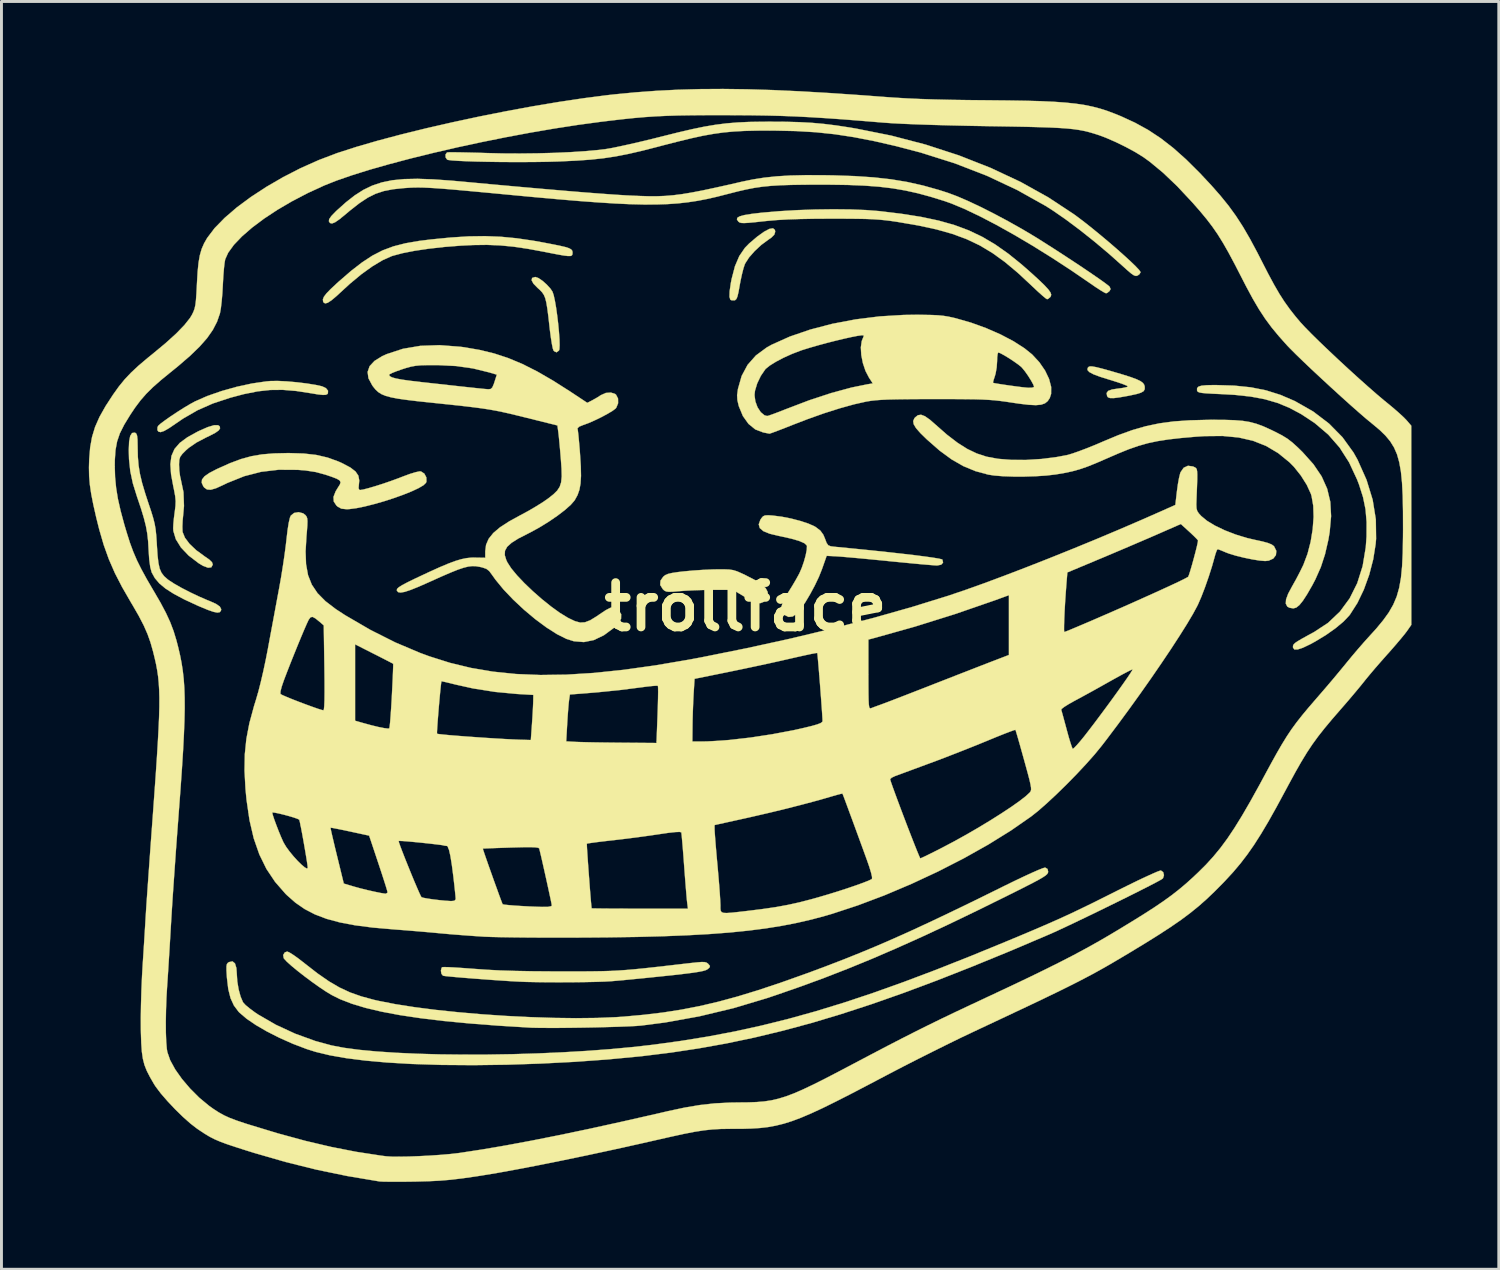
<source format=kicad_pcb>
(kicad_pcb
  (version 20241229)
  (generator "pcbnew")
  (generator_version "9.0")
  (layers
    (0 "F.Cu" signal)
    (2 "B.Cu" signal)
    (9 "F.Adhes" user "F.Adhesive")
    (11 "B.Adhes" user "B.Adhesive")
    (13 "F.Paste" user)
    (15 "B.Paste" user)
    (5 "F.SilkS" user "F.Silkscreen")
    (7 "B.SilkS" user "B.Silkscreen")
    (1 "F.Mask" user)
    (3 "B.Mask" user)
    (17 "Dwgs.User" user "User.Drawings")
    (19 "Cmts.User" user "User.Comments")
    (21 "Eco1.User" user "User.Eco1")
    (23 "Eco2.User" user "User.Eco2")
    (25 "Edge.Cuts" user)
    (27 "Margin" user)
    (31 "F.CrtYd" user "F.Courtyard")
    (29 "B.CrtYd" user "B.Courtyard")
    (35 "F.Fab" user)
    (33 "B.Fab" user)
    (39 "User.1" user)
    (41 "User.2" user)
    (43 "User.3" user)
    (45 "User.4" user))
  (footprint "trollface"
    (layer "F.Cu")
    (at 22.555 17.791)
    (property "Reference" "trollface" (at 0 0 0) (layer "F.SilkS") (effects (font (size 1.524 1.524) (thickness 0.3))))
    (attr through_hole)
    (fp_poly (pts (xy 1.006 -12.946) (xy 1.016 -12.883) (xy 0.987 -12.786) (xy 0.888 -12.685) (xy 0.775 -12.606) (xy 0.537 -12.43) (xy 0.311 -12.22) (xy 0.12 -12.003) (xy -0.01 -11.802) (xy -0.03 -11.76) (xy -0.076 -11.62) (xy -0.128 -11.414) (xy -0.179 -11.176) (xy -0.202 -11.049) (xy -0.244 -10.814) (xy -0.28 -10.661) (xy -0.316 -10.574) (xy -0.358 -10.535) (xy -0.387 -10.526) (xy -0.486 -10.53) (xy -0.523 -10.547) (xy -0.554 -10.645) (xy -0.549 -10.837) (xy -0.507 -11.124) (xy -0.479 -11.267) (xy -0.366 -11.699) (xy -0.217 -12.048) (xy -0.024 -12.33) (xy 0.122 -12.48) (xy 0.401 -12.717) (xy 0.634 -12.884) (xy 0.814 -12.979) (xy 0.94 -13.001) (xy 1.006 -12.946)) (stroke (width 0.01) (type solid)) (fill yes) (layer "F.SilkS"))
    (fp_poly (pts (xy -7.114 -11.292) (xy -6.977 -11.199) (xy -6.832 -11.071) (xy -6.706 -10.934) (xy -6.632 -10.824) (xy -6.592 -10.706) (xy -6.55 -10.516) (xy -6.508 -10.274) (xy -6.47 -10.001) (xy -6.436 -9.716) (xy -6.41 -9.438) (xy -6.392 -9.188) (xy -6.387 -8.985) (xy -6.395 -8.848) (xy -6.409 -8.804) (xy -6.492 -8.742) (xy -6.572 -8.778) (xy -6.597 -8.805) (xy -6.622 -8.877) (xy -6.653 -9.031) (xy -6.687 -9.246) (xy -6.721 -9.502) (xy -6.733 -9.605) (xy -6.773 -9.967) (xy -6.809 -10.243) (xy -6.843 -10.449) (xy -6.881 -10.601) (xy -6.928 -10.714) (xy -6.989 -10.804) (xy -7.067 -10.886) (xy -7.142 -10.953) (xy -7.286 -11.1) (xy -7.349 -11.217) (xy -7.332 -11.296) (xy -7.231 -11.328) (xy -7.215 -11.328) (xy -7.114 -11.292)) (stroke (width 0.01) (type solid)) (fill yes) (layer "F.SilkS"))
    (fp_poly (pts (xy -0.565 -1.283) (xy -0.426 -1.262) (xy -0.293 -1.221) (xy -0.137 -1.152) (xy 0.001 -1.087) (xy 0.319 -0.922) (xy 0.546 -0.777) (xy 0.689 -0.644) (xy 0.755 -0.518) (xy 0.762 -0.462) (xy 0.721 -0.282) (xy 0.602 -0.164) (xy 0.508 -0.129) (xy 0.412 -0.132) (xy 0.275 -0.18) (xy 0.082 -0.28) (xy -0.025 -0.342) (xy -0.431 -0.584) (xy -1.117 -0.584) (xy -1.426 -0.581) (xy -1.749 -0.571) (xy -2.047 -0.557) (xy -2.268 -0.541) (xy -2.49 -0.522) (xy -2.635 -0.517) (xy -2.727 -0.529) (xy -2.79 -0.56) (xy -2.84 -0.605) (xy -2.933 -0.751) (xy -2.924 -0.9) (xy -2.829 -1.036) (xy -2.762 -1.09) (xy -2.669 -1.131) (xy -2.532 -1.164) (xy -2.329 -1.195) (xy -2.131 -1.218) (xy -1.819 -1.247) (xy -1.468 -1.271) (xy -1.134 -1.286) (xy -0.99 -1.289) (xy -0.742 -1.29) (xy -0.565 -1.283)) (stroke (width 0.01) (type solid)) (fill yes) (layer "F.SilkS"))
    (fp_poly (pts (xy 11.904 -8.257) (xy 12.042 -8.232) (xy 12.247 -8.181) (xy 12.533 -8.101) (xy 12.586 -8.086) (xy 12.948 -7.979) (xy 13.223 -7.892) (xy 13.423 -7.818) (xy 13.56 -7.753) (xy 13.645 -7.69) (xy 13.69 -7.624) (xy 13.706 -7.56) (xy 13.705 -7.474) (xy 13.667 -7.408) (xy 13.577 -7.356) (xy 13.421 -7.308) (xy 13.184 -7.257) (xy 13.112 -7.243) (xy 12.835 -7.194) (xy 12.642 -7.17) (xy 12.517 -7.171) (xy 12.445 -7.196) (xy 12.414 -7.239) (xy 12.397 -7.344) (xy 12.45 -7.417) (xy 12.583 -7.466) (xy 12.774 -7.495) (xy 12.947 -7.518) (xy 13.076 -7.545) (xy 13.131 -7.568) (xy 13.094 -7.596) (xy 12.976 -7.644) (xy 12.794 -7.708) (xy 12.565 -7.781) (xy 12.488 -7.804) (xy 12.169 -7.904) (xy 11.943 -7.989) (xy 11.802 -8.065) (xy 11.739 -8.135) (xy 11.746 -8.203) (xy 11.775 -8.239) (xy 11.819 -8.258) (xy 11.904 -8.257)) (stroke (width 0.01) (type solid)) (fill yes) (layer "F.SilkS"))
    (fp_poly (pts (xy -15.749 -7.744) (xy -15.405 -7.713) (xy -15.062 -7.671) (xy -14.755 -7.621) (xy -14.543 -7.574) (xy -14.411 -7.511) (xy -14.34 -7.423) (xy -14.345 -7.332) (xy -14.363 -7.308) (xy -14.417 -7.283) (xy -14.517 -7.279) (xy -14.682 -7.296) (xy -14.915 -7.335) (xy -15.434 -7.415) (xy -15.895 -7.453) (xy -16.328 -7.449) (xy -16.763 -7.401) (xy -17.231 -7.307) (xy -17.702 -7.182) (xy -18.297 -6.985) (xy -18.825 -6.752) (xy -19.319 -6.466) (xy -19.558 -6.303) (xy -19.797 -6.14) (xy -19.971 -6.04) (xy -20.09 -6.001) (xy -20.165 -6.019) (xy -20.2 -6.071) (xy -20.196 -6.172) (xy -20.17 -6.221) (xy -20.086 -6.296) (xy -19.936 -6.408) (xy -19.741 -6.545) (xy -19.519 -6.692) (xy -19.294 -6.835) (xy -19.084 -6.96) (xy -18.912 -7.054) (xy -18.909 -7.056) (xy -18.486 -7.242) (xy -17.996 -7.412) (xy -17.473 -7.559) (xy -16.951 -7.672) (xy -16.464 -7.743) (xy -16.307 -7.757) (xy -16.061 -7.759) (xy -15.749 -7.744)) (stroke (width 0.01) (type solid)) (fill yes) (layer "F.SilkS"))
    (fp_poly (pts (xy -8.408 -12.711) (xy -7.866 -12.659) (xy -7.298 -12.576) (xy -6.994 -12.522) (xy -6.644 -12.455) (xy -6.381 -12.402) (xy -6.193 -12.358) (xy -6.068 -12.318) (xy -5.993 -12.278) (xy -5.956 -12.235) (xy -5.944 -12.184) (xy -5.944 -12.164) (xy -5.947 -12.108) (xy -5.966 -12.07) (xy -6.012 -12.05) (xy -6.101 -12.049) (xy -6.244 -12.066) (xy -6.454 -12.103) (xy -6.745 -12.159) (xy -6.908 -12.192) (xy -7.472 -12.296) (xy -7.969 -12.37) (xy -8.43 -12.414) (xy -8.883 -12.432) (xy -9.359 -12.426) (xy -9.788 -12.405) (xy -10.354 -12.36) (xy -10.885 -12.3) (xy -11.365 -12.229) (xy -11.778 -12.148) (xy -12.108 -12.06) (xy -12.16 -12.043) (xy -12.466 -11.906) (xy -12.815 -11.697) (xy -13.191 -11.427) (xy -13.578 -11.106) (xy -13.807 -10.897) (xy -14.044 -10.678) (xy -14.221 -10.529) (xy -14.349 -10.445) (xy -14.436 -10.421) (xy -14.49 -10.451) (xy -14.509 -10.486) (xy -14.517 -10.559) (xy -14.483 -10.647) (xy -14.397 -10.762) (xy -14.25 -10.914) (xy -14.035 -11.115) (xy -13.972 -11.172) (xy -13.551 -11.536) (xy -13.173 -11.829) (xy -12.818 -12.062) (xy -12.465 -12.243) (xy -12.095 -12.381) (xy -11.685 -12.486) (xy -11.218 -12.567) (xy -10.808 -12.618) (xy -10.123 -12.685) (xy -9.512 -12.724) (xy -8.948 -12.732) (xy -8.408 -12.711)) (stroke (width 0.01) (type solid)) (fill yes) (layer "F.SilkS"))
    (fp_poly (pts (xy -18.062 -6.202) (xy -18.047 -6.133) (xy -18.095 -6.06) (xy -18.215 -5.975) (xy -18.417 -5.87) (xy -18.53 -5.817) (xy -18.856 -5.646) (xy -19.124 -5.462) (xy -19.215 -5.382) (xy -19.346 -5.251) (xy -19.418 -5.151) (xy -19.449 -5.048) (xy -19.456 -4.904) (xy -19.456 -4.873) (xy -19.447 -4.677) (xy -19.422 -4.491) (xy -19.405 -4.419) (xy -19.304 -3.94) (xy -19.287 -3.465) (xy -19.311 -3.191) (xy -19.333 -2.964) (xy -19.342 -2.753) (xy -19.337 -2.594) (xy -19.332 -2.564) (xy -19.254 -2.374) (xy -19.095 -2.163) (xy -18.869 -1.948) (xy -18.591 -1.745) (xy -18.589 -1.743) (xy -18.416 -1.623) (xy -18.324 -1.532) (xy -18.299 -1.456) (xy -18.3 -1.448) (xy -18.349 -1.358) (xy -18.461 -1.345) (xy -18.631 -1.409) (xy -18.782 -1.499) (xy -19.126 -1.762) (xy -19.39 -2.039) (xy -19.567 -2.324) (xy -19.652 -2.607) (xy -19.658 -2.703) (xy -19.651 -2.849) (xy -19.632 -3.052) (xy -19.604 -3.268) (xy -19.603 -3.271) (xy -19.579 -3.468) (xy -19.573 -3.633) (xy -19.589 -3.805) (xy -19.629 -4.02) (xy -19.654 -4.138) (xy -19.731 -4.557) (xy -19.754 -4.901) (xy -19.717 -5.185) (xy -19.612 -5.423) (xy -19.432 -5.631) (xy -19.171 -5.824) (xy -18.822 -6.017) (xy -18.769 -6.043) (xy -18.476 -6.172) (xy -18.258 -6.238) (xy -18.117 -6.24) (xy -18.062 -6.202)) (stroke (width 0.01) (type solid)) (fill yes) (layer "F.SilkS"))
    (fp_poly (pts (xy -20.962 -5.979) (xy -20.922 -5.947) (xy -20.897 -5.876) (xy -20.883 -5.746) (xy -20.879 -5.538) (xy -20.878 -5.475) (xy -20.871 -5.151) (xy -20.846 -4.857) (xy -20.799 -4.567) (xy -20.725 -4.255) (xy -20.618 -3.895) (xy -20.515 -3.581) (xy -20.415 -3.283) (xy -20.344 -3.05) (xy -20.295 -2.855) (xy -20.262 -2.668) (xy -20.24 -2.459) (xy -20.222 -2.199) (xy -20.217 -2.102) (xy -20.194 -1.763) (xy -20.164 -1.507) (xy -20.122 -1.315) (xy -20.059 -1.171) (xy -19.97 -1.054) (xy -19.849 -0.947) (xy -19.797 -0.909) (xy -19.615 -0.791) (xy -19.366 -0.65) (xy -19.077 -0.501) (xy -18.778 -0.359) (xy -18.495 -0.236) (xy -18.415 -0.204) (xy -18.189 -0.104) (xy -18.056 -0.012) (xy -18.009 0.079) (xy -18.018 0.132) (xy -18.059 0.182) (xy -18.141 0.196) (xy -18.274 0.17) (xy -18.47 0.102) (xy -18.741 -0.01) (xy -18.821 -0.045) (xy -19.272 -0.254) (xy -19.634 -0.446) (xy -19.918 -0.627) (xy -20.133 -0.806) (xy -20.288 -0.989) (xy -20.395 -1.183) (xy -20.397 -1.188) (xy -20.445 -1.366) (xy -20.481 -1.634) (xy -20.503 -1.976) (xy -20.519 -2.261) (xy -20.548 -2.52) (xy -20.594 -2.775) (xy -20.664 -3.051) (xy -20.761 -3.372) (xy -20.892 -3.761) (xy -20.902 -3.791) (xy -21.043 -4.244) (xy -21.131 -4.658) (xy -21.175 -5.076) (xy -21.183 -5.388) (xy -21.171 -5.677) (xy -21.134 -5.87) (xy -21.07 -5.971) (xy -20.977 -5.984) (xy -20.962 -5.979)) (stroke (width 0.01) (type solid)) (fill yes) (layer "F.SilkS"))
    (fp_poly (pts (xy -1.406 12.198) (xy -1.34 12.216) (xy -1.292 12.251) (xy -1.282 12.261) (xy -1.225 12.331) (xy -1.241 12.385) (xy -1.303 12.44) (xy -1.36 12.472) (xy -1.458 12.502) (xy -1.608 12.532) (xy -1.821 12.565) (xy -2.109 12.601) (xy -2.481 12.644) (xy -2.7 12.667) (xy -3.093 12.708) (xy -3.491 12.749) (xy -3.871 12.786) (xy -4.209 12.819) (xy -4.483 12.843) (xy -4.597 12.853) (xy -4.832 12.867) (xy -5.147 12.877) (xy -5.521 12.885) (xy -5.932 12.89) (xy -6.361 12.892) (xy -6.785 12.891) (xy -7.183 12.886) (xy -7.533 12.879) (xy -7.798 12.868) (xy -8.055 12.854) (xy -8.356 12.834) (xy -8.684 12.812) (xy -9.023 12.787) (xy -9.357 12.762) (xy -9.67 12.737) (xy -9.946 12.714) (xy -10.169 12.693) (xy -10.323 12.677) (xy -10.392 12.666) (xy -10.392 12.666) (xy -10.446 12.6) (xy -10.464 12.492) (xy -10.441 12.396) (xy -10.419 12.373) (xy -10.357 12.369) (xy -10.209 12.372) (xy -9.992 12.383) (xy -9.72 12.401) (xy -9.409 12.424) (xy -9.314 12.431) (xy -8.888 12.461) (xy -8.424 12.485) (xy -7.908 12.501) (xy -7.327 12.512) (xy -6.665 12.517) (xy -6.325 12.517) (xy -5.882 12.517) (xy -5.505 12.517) (xy -5.181 12.514) (xy -4.895 12.509) (xy -4.631 12.501) (xy -4.376 12.488) (xy -4.115 12.47) (xy -3.832 12.446) (xy -3.515 12.415) (xy -3.147 12.375) (xy -2.715 12.326) (xy -2.204 12.267) (xy -1.917 12.234) (xy -1.674 12.208) (xy -1.51 12.195) (xy -1.406 12.198)) (stroke (width 0.01) (type solid)) (fill yes) (layer "F.SilkS"))
    (fp_poly (pts (xy 3.595 -13.649) (xy 4.125 -13.628) (xy 4.578 -13.593) (xy 4.597 -13.591) (xy 5.356 -13.499) (xy 6.028 -13.393) (xy 6.627 -13.266) (xy 7.166 -13.114) (xy 7.661 -12.93) (xy 8.125 -12.709) (xy 8.572 -12.445) (xy 9.017 -12.132) (xy 9.473 -11.764) (xy 9.818 -11.461) (xy 10.079 -11.222) (xy 10.269 -11.038) (xy 10.396 -10.9) (xy 10.469 -10.798) (xy 10.494 -10.722) (xy 10.479 -10.663) (xy 10.465 -10.642) (xy 10.389 -10.578) (xy 10.352 -10.566) (xy 10.299 -10.6) (xy 10.189 -10.692) (xy 10.036 -10.829) (xy 9.856 -10.998) (xy 9.812 -11.04) (xy 9.344 -11.475) (xy 8.904 -11.843) (xy 8.475 -12.153) (xy 8.042 -12.413) (xy 7.588 -12.629) (xy 7.097 -12.81) (xy 6.554 -12.963) (xy 5.941 -13.096) (xy 5.243 -13.216) (xy 5.232 -13.218) (xy 5.004 -13.252) (xy 4.794 -13.278) (xy 4.585 -13.298) (xy 4.359 -13.313) (xy 4.1 -13.323) (xy 3.791 -13.328) (xy 3.414 -13.331) (xy 2.953 -13.332) (xy 2.946 -13.332) (xy 2.37 -13.329) (xy 1.879 -13.32) (xy 1.456 -13.306) (xy 1.085 -13.285) (xy 0.75 -13.256) (xy 0.613 -13.242) (xy 0.312 -13.209) (xy 0.096 -13.189) (xy -0.052 -13.181) (xy -0.147 -13.185) (xy -0.207 -13.201) (xy -0.246 -13.229) (xy -0.249 -13.232) (xy -0.298 -13.303) (xy -0.285 -13.362) (xy -0.202 -13.412) (xy -0.041 -13.456) (xy 0.205 -13.496) (xy 0.544 -13.536) (xy 0.587 -13.54) (xy 1.161 -13.589) (xy 1.771 -13.625) (xy 2.395 -13.647) (xy 3.011 -13.655) (xy 3.595 -13.649)) (stroke (width 0.01) (type solid)) (fill yes) (layer "F.SilkS"))
    (fp_poly (pts (xy 16.776 -7.599) (xy 17.35 -7.54) (xy 17.871 -7.436) (xy 18.362 -7.282) (xy 18.845 -7.075) (xy 18.872 -7.062) (xy 19.492 -6.708) (xy 20.034 -6.295) (xy 20.496 -5.826) (xy 20.873 -5.304) (xy 21.014 -5.054) (xy 21.323 -4.361) (xy 21.533 -3.679) (xy 21.642 -3.005) (xy 21.651 -2.339) (xy 21.636 -2.161) (xy 21.552 -1.632) (xy 21.414 -1.102) (xy 21.23 -0.594) (xy 21.009 -0.134) (xy 20.761 0.254) (xy 20.727 0.299) (xy 20.529 0.507) (xy 20.255 0.735) (xy 19.927 0.967) (xy 19.564 1.187) (xy 19.39 1.282) (xy 19.135 1.404) (xy 18.955 1.463) (xy 18.844 1.461) (xy 18.798 1.398) (xy 18.796 1.371) (xy 18.801 1.326) (xy 18.823 1.284) (xy 18.875 1.235) (xy 18.971 1.171) (xy 19.123 1.082) (xy 19.344 0.96) (xy 19.52 0.865) (xy 20.001 0.549) (xy 20.409 0.162) (xy 20.744 -0.293) (xy 21.004 -0.814) (xy 21.189 -1.4) (xy 21.297 -2.049) (xy 21.323 -2.417) (xy 21.325 -2.914) (xy 21.288 -3.353) (xy 21.203 -3.768) (xy 21.066 -4.198) (xy 20.999 -4.373) (xy 20.724 -4.963) (xy 20.398 -5.472) (xy 20.009 -5.917) (xy 19.544 -6.312) (xy 19.09 -6.613) (xy 18.684 -6.831) (xy 18.27 -7.003) (xy 17.827 -7.132) (xy 17.338 -7.223) (xy 16.782 -7.282) (xy 16.358 -7.306) (xy 16.047 -7.32) (xy 15.823 -7.333) (xy 15.672 -7.347) (xy 15.578 -7.365) (xy 15.528 -7.389) (xy 15.506 -7.421) (xy 15.502 -7.436) (xy 15.504 -7.512) (xy 15.552 -7.564) (xy 15.659 -7.597) (xy 15.84 -7.613) (xy 16.107 -7.618) (xy 16.129 -7.618) (xy 16.776 -7.599)) (stroke (width 0.01) (type solid)) (fill yes) (layer "F.SilkS"))
    (fp_poly (pts (xy -15.178 -5.267) (xy -14.744 -5.218) (xy -14.356 -5.128) (xy -13.986 -4.994) (xy -13.831 -4.923) (xy -13.569 -4.783) (xy -13.396 -4.649) (xy -13.299 -4.507) (xy -13.268 -4.342) (xy -13.28 -4.209) (xy -13.291 -4.076) (xy -13.267 -4.02) (xy -13.24 -4.013) (xy -13.132 -4.03) (xy -12.95 -4.077) (xy -12.715 -4.146) (xy -12.448 -4.231) (xy -12.17 -4.327) (xy -11.902 -4.425) (xy -11.782 -4.472) (xy -11.537 -4.563) (xy -11.334 -4.625) (xy -11.194 -4.654) (xy -11.15 -4.653) (xy -11.033 -4.577) (xy -10.964 -4.447) (xy -10.96 -4.304) (xy -10.977 -4.26) (xy -11.063 -4.177) (xy -11.232 -4.078) (xy -11.468 -3.968) (xy -11.754 -3.853) (xy -12.074 -3.738) (xy -12.411 -3.629) (xy -12.75 -3.532) (xy -13.074 -3.45) (xy -13.367 -3.39) (xy -13.612 -3.358) (xy -13.706 -3.354) (xy -13.882 -3.373) (xy -14.013 -3.445) (xy -14.054 -3.483) (xy -14.144 -3.62) (xy -14.153 -3.777) (xy -14.078 -3.97) (xy -13.996 -4.103) (xy -13.932 -4.205) (xy -13.91 -4.28) (xy -13.94 -4.341) (xy -14.035 -4.399) (xy -14.205 -4.465) (xy -14.43 -4.541) (xy -14.761 -4.631) (xy -15.12 -4.686) (xy -15.382 -4.706) (xy -16.034 -4.71) (xy -16.636 -4.639) (xy -17.214 -4.49) (xy -17.793 -4.258) (xy -17.944 -4.185) (xy -18.188 -4.074) (xy -18.367 -4.023) (xy -18.496 -4.032) (xy -18.592 -4.099) (xy -18.624 -4.142) (xy -18.679 -4.263) (xy -18.668 -4.373) (xy -18.583 -4.482) (xy -18.417 -4.598) (xy -18.162 -4.731) (xy -18.122 -4.749) (xy -17.703 -4.937) (xy -17.33 -5.076) (xy -16.974 -5.174) (xy -16.607 -5.237) (xy -16.2 -5.271) (xy -15.724 -5.282) (xy -15.682 -5.282) (xy -15.178 -5.267)) (stroke (width 0.01) (type solid)) (fill yes) (layer "F.SilkS"))
    (fp_poly (pts (xy 0.934 -3.136) (xy 1.24 -3.097) (xy 1.565 -3.033) (xy 1.879 -2.951) (xy 2.156 -2.86) (xy 2.366 -2.766) (xy 2.405 -2.743) (xy 2.566 -2.62) (xy 2.669 -2.478) (xy 2.726 -2.342) (xy 2.782 -2.194) (xy 2.838 -2.116) (xy 2.924 -2.081) (xy 3.072 -2.063) (xy 3.711 -2.001) (xy 4.309 -1.941) (xy 4.858 -1.883) (xy 5.351 -1.828) (xy 5.782 -1.778) (xy 6.143 -1.732) (xy 6.427 -1.692) (xy 6.628 -1.659) (xy 6.739 -1.633) (xy 6.758 -1.623) (xy 6.781 -1.52) (xy 6.716 -1.449) (xy 6.575 -1.422) (xy 6.481 -1.427) (xy 6.301 -1.442) (xy 6.049 -1.463) (xy 5.739 -1.492) (xy 5.386 -1.526) (xy 5.004 -1.563) (xy 4.916 -1.572) (xy 4.52 -1.611) (xy 4.141 -1.648) (xy 3.795 -1.68) (xy 3.499 -1.706) (xy 3.268 -1.726) (xy 3.12 -1.736) (xy 3.106 -1.737) (xy 2.783 -1.753) (xy 2.622 -1.295) (xy 2.516 -1.03) (xy 2.376 -0.736) (xy 2.216 -0.438) (xy 2.052 -0.162) (xy 1.896 0.067) (xy 1.772 0.216) (xy 1.622 0.329) (xy 1.478 0.346) (xy 1.332 0.277) (xy 1.242 0.175) (xy 1.221 0.037) (xy 1.271 -0.147) (xy 1.394 -0.385) (xy 1.466 -0.503) (xy 1.599 -0.717) (xy 1.728 -0.936) (xy 1.83 -1.121) (xy 1.848 -1.155) (xy 1.929 -1.342) (xy 2.003 -1.556) (xy 2.062 -1.769) (xy 2.099 -1.955) (xy 2.106 -2.084) (xy 2.1 -2.11) (xy 2.023 -2.184) (xy 1.849 -2.261) (xy 1.582 -2.34) (xy 1.227 -2.42) (xy 1.143 -2.437) (xy 0.828 -2.512) (xy 0.61 -2.601) (xy 0.486 -2.707) (xy 0.451 -2.834) (xy 0.504 -2.985) (xy 0.541 -3.043) (xy 0.597 -3.109) (xy 0.667 -3.141) (xy 0.781 -3.147) (xy 0.934 -3.136)) (stroke (width 0.01) (type solid)) (fill yes) (layer "F.SilkS"))
    (fp_poly (pts (xy 10.287 8.952) (xy 10.369 9.001) (xy 10.389 9.093) (xy 10.382 9.133) (xy 10.355 9.175) (xy 10.3 9.225) (xy 10.205 9.288) (xy 10.062 9.371) (xy 9.861 9.478) (xy 9.593 9.615) (xy 9.248 9.789) (xy 9.042 9.891) (xy 7.977 10.417) (xy 6.985 10.895) (xy 6.055 11.329) (xy 5.173 11.725) (xy 4.329 12.089) (xy 3.508 12.425) (xy 2.699 12.74) (xy 1.89 13.037) (xy 1.067 13.323) (xy 0.734 13.435) (xy -0.412 13.778) (xy -1.589 14.06) (xy -2.766 14.272) (xy -3.581 14.377) (xy -3.764 14.392) (xy -4.031 14.405) (xy -4.365 14.418) (xy -4.748 14.429) (xy -5.163 14.44) (xy -5.592 14.448) (xy -6.019 14.454) (xy -6.425 14.458) (xy -6.793 14.458) (xy -7.106 14.456) (xy -7.346 14.451) (xy -7.417 14.447) (xy -8.496 14.381) (xy -9.478 14.305) (xy -10.366 14.22) (xy -11.164 14.124) (xy -11.875 14.018) (xy -12.503 13.9) (xy -13.052 13.77) (xy -13.526 13.627) (xy -13.928 13.471) (xy -14.207 13.332) (xy -14.408 13.211) (xy -14.643 13.054) (xy -14.896 12.874) (xy -15.151 12.684) (xy -15.39 12.497) (xy -15.598 12.325) (xy -15.758 12.181) (xy -15.852 12.078) (xy -15.862 12.062) (xy -15.88 11.954) (xy -15.825 11.865) (xy -15.742 11.836) (xy -15.667 11.867) (xy -15.533 11.951) (xy -15.357 12.076) (xy -15.158 12.23) (xy -15.125 12.257) (xy -14.696 12.59) (xy -14.31 12.858) (xy -13.946 13.071) (xy -13.58 13.241) (xy -13.19 13.378) (xy -12.754 13.496) (xy -12.598 13.531) (xy -12.026 13.643) (xy -11.369 13.746) (xy -10.645 13.839) (xy -9.87 13.92) (xy -9.061 13.99) (xy -8.236 14.046) (xy -7.411 14.087) (xy -6.602 14.114) (xy -5.828 14.124) (xy -5.105 14.116) (xy -4.45 14.089) (xy -4.186 14.071) (xy -3.495 14.008) (xy -2.84 13.93) (xy -2.207 13.831) (xy -1.579 13.709) (xy -0.942 13.56) (xy -0.279 13.38) (xy 0.424 13.165) (xy 1.182 12.913) (xy 2.012 12.618) (xy 2.235 12.537) (xy 2.823 12.317) (xy 3.389 12.099) (xy 3.946 11.875) (xy 4.504 11.643) (xy 5.076 11.395) (xy 5.673 11.127) (xy 6.308 10.833) (xy 6.992 10.508) (xy 7.737 10.148) (xy 8.555 9.746) (xy 8.89 9.58) (xy 9.228 9.415) (xy 9.541 9.266) (xy 9.815 9.139) (xy 10.038 9.041) (xy 10.198 8.977) (xy 10.282 8.952) (xy 10.287 8.952)) (stroke (width 0.01) (type solid)) (fill yes) (layer "F.SilkS"))
    (fp_poly (pts (xy 1.38 -16.659) (xy 1.852 -16.646) (xy 2.278 -16.623) (xy 2.687 -16.586) (xy 3.107 -16.534) (xy 3.565 -16.464) (xy 3.785 -16.427) (xy 5 -16.184) (xy 6.183 -15.875) (xy 7.325 -15.504) (xy 8.415 -15.075) (xy 9.444 -14.592) (xy 10.401 -14.059) (xy 11.277 -13.481) (xy 11.389 -13.399) (xy 11.641 -13.208) (xy 11.914 -12.991) (xy 12.198 -12.758) (xy 12.482 -12.52) (xy 12.755 -12.284) (xy 13.005 -12.062) (xy 13.222 -11.863) (xy 13.395 -11.696) (xy 13.512 -11.572) (xy 13.562 -11.499) (xy 13.564 -11.492) (xy 13.524 -11.424) (xy 13.463 -11.38) (xy 13.407 -11.364) (xy 13.339 -11.383) (xy 13.243 -11.447) (xy 13.102 -11.567) (xy 12.993 -11.666) (xy 12.499 -12.107) (xy 11.99 -12.536) (xy 11.485 -12.938) (xy 11 -13.301) (xy 10.554 -13.61) (xy 10.299 -13.772) (xy 9.317 -14.321) (xy 8.281 -14.807) (xy 7.181 -15.233) (xy 6.009 -15.603) (xy 5.161 -15.825) (xy 4.406 -15.998) (xy 3.715 -16.132) (xy 3.059 -16.232) (xy 2.409 -16.3) (xy 1.737 -16.34) (xy 1.013 -16.356) (xy 0.828 -16.357) (xy 0.365 -16.355) (xy -0.04 -16.345) (xy -0.407 -16.325) (xy -0.754 -16.293) (xy -1.1 -16.245) (xy -1.464 -16.18) (xy -1.863 -16.093) (xy -2.316 -15.983) (xy -2.843 -15.848) (xy -3.015 -15.802) (xy -3.554 -15.664) (xy -4.027 -15.555) (xy -4.462 -15.47) (xy -4.886 -15.406) (xy -5.325 -15.359) (xy -5.808 -15.325) (xy -6.36 -15.299) (xy -6.452 -15.295) (xy -6.806 -15.285) (xy -7.198 -15.279) (xy -7.612 -15.276) (xy -8.037 -15.276) (xy -8.459 -15.279) (xy -8.866 -15.285) (xy -9.244 -15.293) (xy -9.581 -15.304) (xy -9.863 -15.317) (xy -10.078 -15.331) (xy -10.212 -15.348) (xy -10.249 -15.359) (xy -10.303 -15.437) (xy -10.305 -15.536) (xy -10.256 -15.604) (xy -10.249 -15.607) (xy -10.182 -15.611) (xy -10.029 -15.612) (xy -9.803 -15.609) (xy -9.519 -15.603) (xy -9.191 -15.595) (xy -8.915 -15.586) (xy -8.345 -15.572) (xy -7.751 -15.569) (xy -7.15 -15.576) (xy -6.562 -15.592) (xy -6.005 -15.617) (xy -5.499 -15.65) (xy -5.06 -15.69) (xy -4.775 -15.726) (xy -4.58 -15.76) (xy -4.306 -15.817) (xy -3.973 -15.89) (xy -3.601 -15.976) (xy -3.21 -16.07) (xy -2.867 -16.156) (xy -2.314 -16.294) (xy -1.837 -16.405) (xy -1.416 -16.492) (xy -1.031 -16.557) (xy -0.661 -16.604) (xy -0.286 -16.635) (xy 0.114 -16.654) (xy 0.561 -16.661) (xy 0.835 -16.662) (xy 1.38 -16.659)) (stroke (width 0.01) (type solid)) (fill yes) (layer "F.SilkS"))
    (fp_poly (pts (xy 6.158 -6.548) (xy 6.33 -6.427) (xy 6.515 -6.265) (xy 6.917 -5.912) (xy 7.279 -5.635) (xy 7.614 -5.423) (xy 7.939 -5.268) (xy 8.268 -5.16) (xy 8.275 -5.158) (xy 8.668 -5.085) (xy 9.131 -5.048) (xy 9.638 -5.047) (xy 10.166 -5.08) (xy 10.688 -5.147) (xy 11.049 -5.216) (xy 11.214 -5.264) (xy 11.447 -5.345) (xy 11.727 -5.451) (xy 12.029 -5.573) (xy 12.268 -5.676) (xy 12.795 -5.896) (xy 13.279 -6.071) (xy 13.744 -6.205) (xy 14.211 -6.303) (xy 14.704 -6.369) (xy 15.246 -6.407) (xy 15.859 -6.423) (xy 16.027 -6.424) (xy 16.45 -6.422) (xy 16.791 -6.411) (xy 17.073 -6.388) (xy 17.317 -6.348) (xy 17.544 -6.287) (xy 17.774 -6.202) (xy 18.029 -6.087) (xy 18.186 -6.011) (xy 18.416 -5.892) (xy 18.604 -5.777) (xy 18.778 -5.643) (xy 18.969 -5.469) (xy 19.128 -5.313) (xy 19.5 -4.897) (xy 19.78 -4.483) (xy 19.971 -4.057) (xy 20.079 -3.606) (xy 20.106 -3.116) (xy 20.057 -2.572) (xy 20.012 -2.306) (xy 19.897 -1.806) (xy 19.753 -1.366) (xy 19.566 -0.945) (xy 19.459 -0.741) (xy 19.282 -0.433) (xy 19.137 -0.21) (xy 19.016 -0.061) (xy 18.911 0.023) (xy 18.813 0.051) (xy 18.806 0.051) (xy 18.679 0.03) (xy 18.603 -0.01) (xy 18.55 -0.111) (xy 18.559 -0.255) (xy 18.632 -0.453) (xy 18.768 -0.707) (xy 18.9 -0.942) (xy 19.035 -1.2) (xy 19.147 -1.429) (xy 19.156 -1.448) (xy 19.297 -1.824) (xy 19.404 -2.238) (xy 19.474 -2.668) (xy 19.505 -3.088) (xy 19.493 -3.474) (xy 19.436 -3.801) (xy 19.412 -3.882) (xy 19.271 -4.189) (xy 19.069 -4.51) (xy 18.83 -4.81) (xy 18.675 -4.967) (xy 18.287 -5.282) (xy 17.874 -5.527) (xy 17.427 -5.704) (xy 16.933 -5.817) (xy 16.381 -5.87) (xy 15.759 -5.864) (xy 15.465 -5.845) (xy 14.955 -5.8) (xy 14.524 -5.751) (xy 14.15 -5.693) (xy 13.811 -5.621) (xy 13.484 -5.528) (xy 13.146 -5.41) (xy 12.777 -5.26) (xy 12.421 -5.105) (xy 12.048 -4.943) (xy 11.74 -4.819) (xy 11.471 -4.726) (xy 11.214 -4.655) (xy 10.944 -4.598) (xy 10.635 -4.546) (xy 10.631 -4.546) (xy 10.322 -4.51) (xy 9.962 -4.487) (xy 9.577 -4.475) (xy 9.194 -4.475) (xy 8.837 -4.487) (xy 8.533 -4.512) (xy 8.331 -4.543) (xy 7.89 -4.663) (xy 7.477 -4.834) (xy 7.074 -5.065) (xy 6.662 -5.367) (xy 6.224 -5.751) (xy 6 -5.97) (xy 5.851 -6.141) (xy 5.771 -6.275) (xy 5.755 -6.383) (xy 5.796 -6.477) (xy 5.818 -6.504) (xy 5.916 -6.582) (xy 6.025 -6.598) (xy 6.158 -6.548)) (stroke (width 0.01) (type solid)) (fill yes) (layer "F.SilkS"))
    (fp_poly (pts (xy 14.34 9.109) (xy 14.367 9.212) (xy 14.335 9.314) (xy 14.314 9.336) (xy 14.24 9.382) (xy 14.086 9.465) (xy 13.865 9.58) (xy 13.588 9.721) (xy 13.266 9.883) (xy 12.913 10.058) (xy 12.539 10.242) (xy 12.158 10.429) (xy 11.78 10.612) (xy 11.417 10.786) (xy 11.083 10.945) (xy 10.788 11.083) (xy 10.544 11.195) (xy 10.414 11.252) (xy 9.057 11.829) (xy 7.778 12.353) (xy 6.568 12.829) (xy 5.42 13.258) (xy 4.324 13.643) (xy 3.272 13.986) (xy 2.257 14.29) (xy 1.27 14.556) (xy 0.302 14.789) (xy -0.655 14.99) (xy -1.609 15.161) (xy -2.568 15.306) (xy -3.54 15.426) (xy -3.658 15.438) (xy -4.737 15.541) (xy -5.871 15.623) (xy -7.035 15.683) (xy -8.201 15.722) (xy -9.346 15.737) (xy -10.444 15.729) (xy -11.47 15.696) (xy -11.488 15.695) (xy -12.321 15.646) (xy -13.059 15.58) (xy -13.708 15.498) (xy -14.275 15.399) (xy -14.765 15.281) (xy -15.07 15.185) (xy -15.544 15.005) (xy -16.003 14.801) (xy -16.432 14.584) (xy -16.815 14.362) (xy -17.135 14.144) (xy -17.376 13.939) (xy -17.414 13.9) (xy -17.573 13.687) (xy -17.688 13.436) (xy -17.766 13.126) (xy -17.812 12.738) (xy -17.815 12.693) (xy -17.828 12.48) (xy -17.828 12.345) (xy -17.813 12.266) (xy -17.778 12.221) (xy -17.74 12.198) (xy -17.621 12.173) (xy -17.536 12.243) (xy -17.487 12.403) (xy -17.474 12.589) (xy -17.457 12.858) (xy -17.411 13.134) (xy -17.343 13.383) (xy -17.263 13.57) (xy -17.25 13.59) (xy -17.171 13.675) (xy -17.028 13.793) (xy -16.847 13.927) (xy -16.737 14.001) (xy -16.133 14.35) (xy -15.467 14.658) (xy -14.774 14.909) (xy -14.216 15.061) (xy -13.788 15.142) (xy -13.27 15.211) (xy -12.673 15.267) (xy -12.006 15.312) (xy -11.28 15.345) (xy -10.506 15.367) (xy -9.695 15.376) (xy -8.857 15.374) (xy -8.002 15.36) (xy -7.142 15.334) (xy -6.286 15.296) (xy -5.445 15.247) (xy -4.63 15.186) (xy -3.851 15.113) (xy -3.175 15.036) (xy -2.222 14.905) (xy -1.291 14.754) (xy -0.374 14.58) (xy 0.541 14.379) (xy 1.463 14.15) (xy 2.402 13.889) (xy 3.368 13.593) (xy 4.371 13.259) (xy 5.422 12.884) (xy 6.53 12.466) (xy 7.705 12.001) (xy 8.912 11.506) (xy 9.438 11.287) (xy 9.888 11.097) (xy 10.279 10.929) (xy 10.63 10.775) (xy 10.958 10.627) (xy 11.282 10.476) (xy 11.619 10.314) (xy 11.987 10.134) (xy 12.403 9.926) (xy 12.764 9.745) (xy 13.116 9.57) (xy 13.441 9.411) (xy 13.728 9.275) (xy 13.966 9.167) (xy 14.141 9.091) (xy 14.244 9.055) (xy 14.262 9.052) (xy 14.34 9.109)) (stroke (width 0.01) (type solid)) (fill yes) (layer "F.SilkS"))
    (fp_poly (pts (xy 2.639 -14.825) (xy 3.013 -14.819) (xy 3.745 -14.794) (xy 4.397 -14.75) (xy 4.991 -14.684) (xy 5.548 -14.592) (xy 6.089 -14.471) (xy 6.636 -14.318) (xy 6.948 -14.218) (xy 7.261 -14.101) (xy 7.642 -13.937) (xy 8.072 -13.734) (xy 8.533 -13.501) (xy 9.008 -13.248) (xy 9.479 -12.983) (xy 9.809 -12.788) (xy 10.072 -12.627) (xy 10.367 -12.44) (xy 10.684 -12.237) (xy 11.01 -12.025) (xy 11.332 -11.813) (xy 11.639 -11.608) (xy 11.917 -11.419) (xy 12.155 -11.255) (xy 12.341 -11.122) (xy 12.461 -11.031) (xy 12.499 -10.996) (xy 12.534 -10.915) (xy 12.497 -10.846) (xy 12.417 -10.782) (xy 12.376 -10.77) (xy 12.314 -10.798) (xy 12.188 -10.873) (xy 12.017 -10.984) (xy 11.836 -11.109) (xy 11.172 -11.563) (xy 10.506 -11.998) (xy 9.849 -12.407) (xy 9.212 -12.783) (xy 8.605 -13.122) (xy 8.038 -13.417) (xy 7.522 -13.663) (xy 7.067 -13.853) (xy 6.833 -13.936) (xy 6.359 -14.083) (xy 5.914 -14.204) (xy 5.48 -14.3) (xy 5.04 -14.375) (xy 4.576 -14.43) (xy 4.072 -14.467) (xy 3.509 -14.49) (xy 2.871 -14.499) (xy 2.54 -14.5) (xy 2.013 -14.498) (xy 1.57 -14.491) (xy 1.195 -14.479) (xy 0.87 -14.459) (xy 0.578 -14.43) (xy 0.302 -14.39) (xy 0.025 -14.336) (xy -0.271 -14.268) (xy -0.602 -14.183) (xy -0.65 -14.171) (xy -0.994 -14.083) (xy -1.325 -14.008) (xy -1.651 -13.945) (xy -1.981 -13.895) (xy -2.322 -13.857) (xy -2.682 -13.832) (xy -3.07 -13.819) (xy -3.494 -13.818) (xy -3.963 -13.829) (xy -4.483 -13.853) (xy -5.065 -13.89) (xy -5.715 -13.938) (xy -6.442 -13.999) (xy -7.254 -14.072) (xy -8.077 -14.149) (xy -8.708 -14.209) (xy -9.247 -14.259) (xy -9.704 -14.301) (xy -10.088 -14.335) (xy -10.409 -14.361) (xy -10.676 -14.38) (xy -10.899 -14.393) (xy -11.087 -14.401) (xy -11.25 -14.403) (xy -11.397 -14.401) (xy -11.538 -14.395) (xy -11.682 -14.385) (xy -11.741 -14.381) (xy -12.11 -14.342) (xy -12.423 -14.281) (xy -12.705 -14.188) (xy -12.977 -14.053) (xy -13.261 -13.865) (xy -13.581 -13.615) (xy -13.73 -13.489) (xy -13.944 -13.314) (xy -14.098 -13.208) (xy -14.204 -13.166) (xy -14.273 -13.183) (xy -14.311 -13.242) (xy -14.301 -13.314) (xy -14.226 -13.423) (xy -14.076 -13.578) (xy -14.035 -13.617) (xy -13.722 -13.897) (xy -13.423 -14.131) (xy -13.127 -14.32) (xy -12.821 -14.468) (xy -12.494 -14.577) (xy -12.134 -14.651) (xy -11.728 -14.691) (xy -11.265 -14.7) (xy -10.733 -14.682) (xy -10.12 -14.639) (xy -9.75 -14.606) (xy -8.712 -14.51) (xy -7.772 -14.425) (xy -6.93 -14.351) (xy -6.183 -14.287) (xy -5.528 -14.233) (xy -4.965 -14.19) (xy -4.491 -14.156) (xy -4.104 -14.132) (xy -4.024 -14.128) (xy -3.66 -14.112) (xy -3.337 -14.102) (xy -3.042 -14.102) (xy -2.761 -14.113) (xy -2.477 -14.137) (xy -2.178 -14.175) (xy -1.848 -14.23) (xy -1.474 -14.302) (xy -1.04 -14.395) (xy -0.531 -14.508) (xy -0.129 -14.601) (xy 0.256 -14.68) (xy 0.65 -14.742) (xy 1.069 -14.786) (xy 1.529 -14.814) (xy 2.047 -14.826) (xy 2.639 -14.825)) (stroke (width 0.01) (type solid)) (fill yes) (layer "F.SilkS"))
    (fp_poly (pts (xy 6.101 -10.029) (xy 6.382 -10.024) (xy 6.604 -10.014) (xy 6.79 -9.996) (xy 6.959 -9.969) (xy 7.135 -9.931) (xy 7.214 -9.912) (xy 7.741 -9.761) (xy 8.259 -9.573) (xy 8.751 -9.358) (xy 9.196 -9.125) (xy 9.575 -8.882) (xy 9.839 -8.669) (xy 10.087 -8.401) (xy 10.283 -8.116) (xy 10.42 -7.829) (xy 10.492 -7.556) (xy 10.491 -7.315) (xy 10.445 -7.173) (xy 10.373 -7.065) (xy 10.278 -6.989) (xy 10.147 -6.944) (xy 9.966 -6.928) (xy 9.721 -6.94) (xy 9.399 -6.978) (xy 9.155 -7.014) (xy 8.937 -7.047) (xy 8.741 -7.073) (xy 8.552 -7.094) (xy 8.355 -7.109) (xy 8.135 -7.121) (xy 7.879 -7.129) (xy 7.573 -7.133) (xy 7.2 -7.136) (xy 6.748 -7.137) (xy 6.477 -7.137) (xy 5.959 -7.136) (xy 5.531 -7.133) (xy 5.18 -7.128) (xy 4.895 -7.121) (xy 4.663 -7.11) (xy 4.473 -7.096) (xy 4.312 -7.078) (xy 4.168 -7.055) (xy 4.139 -7.05) (xy 3.722 -6.956) (xy 3.236 -6.821) (xy 2.7 -6.651) (xy 2.136 -6.451) (xy 1.616 -6.251) (xy 1.357 -6.148) (xy 1.131 -6.061) (xy 0.955 -5.995) (xy 0.846 -5.956) (xy 0.818 -5.949) (xy 0.752 -5.962) (xy 0.629 -5.986) (xy 0.601 -5.992) (xy 0.333 -6.094) (xy 0.099 -6.285) (xy -0.093 -6.553) (xy -0.232 -6.888) (xy -0.237 -6.904) (xy -0.283 -7.101) (xy -0.292 -7.273) (xy -0.291 -7.275) (xy 0.305 -7.275) (xy 0.334 -7.059) (xy 0.409 -6.855) (xy 0.519 -6.687) (xy 0.647 -6.58) (xy 0.739 -6.555) (xy 0.804 -6.572) (xy 0.943 -6.621) (xy 1.135 -6.693) (xy 1.354 -6.779) (xy 2.184 -7.095) (xy 2.944 -7.345) (xy 3.638 -7.533) (xy 4.178 -7.643) (xy 4.367 -7.675) (xy 4.345 -7.709) (xy 8.495 -7.709) (xy 8.496 -7.696) (xy 8.555 -7.681) (xy 8.69 -7.658) (xy 8.877 -7.629) (xy 9.091 -7.598) (xy 9.309 -7.569) (xy 9.504 -7.544) (xy 9.654 -7.529) (xy 9.716 -7.524) (xy 9.838 -7.529) (xy 9.902 -7.55) (xy 9.906 -7.556) (xy 9.877 -7.639) (xy 9.803 -7.774) (xy 9.704 -7.932) (xy 9.596 -8.086) (xy 9.497 -8.207) (xy 9.467 -8.239) (xy 9.362 -8.324) (xy 9.212 -8.43) (xy 9.044 -8.541) (xy 8.882 -8.639) (xy 8.751 -8.71) (xy 8.677 -8.738) (xy 8.677 -8.738) (xy 8.655 -8.691) (xy 8.64 -8.572) (xy 8.636 -8.439) (xy 8.622 -8.228) (xy 8.586 -8.019) (xy 8.559 -7.923) (xy 8.516 -7.792) (xy 8.495 -7.709) (xy 4.345 -7.709) (xy 4.238 -7.871) (xy 4.117 -8.103) (xy 4.027 -8.372) (xy 3.972 -8.651) (xy 3.957 -8.912) (xy 3.987 -9.126) (xy 4.017 -9.202) (xy 4.053 -9.29) (xy 4.053 -9.324) (xy 3.99 -9.328) (xy 3.845 -9.308) (xy 3.636 -9.267) (xy 3.38 -9.21) (xy 3.091 -9.141) (xy 2.788 -9.064) (xy 2.486 -8.982) (xy 2.202 -8.9) (xy 1.953 -8.823) (xy 1.875 -8.796) (xy 1.587 -8.685) (xy 1.302 -8.556) (xy 1.043 -8.42) (xy 0.833 -8.29) (xy 0.693 -8.177) (xy 0.676 -8.159) (xy 0.522 -7.934) (xy 0.398 -7.676) (xy 0.322 -7.424) (xy 0.305 -7.275) (xy -0.291 -7.275) (xy -0.264 -7.479) (xy -0.262 -7.488) (xy -0.136 -7.93) (xy 0.067 -8.31) (xy 0.353 -8.634) (xy 0.726 -8.909) (xy 0.901 -9.006) (xy 1.521 -9.284) (xy 2.219 -9.523) (xy 2.977 -9.721) (xy 3.777 -9.873) (xy 4.602 -9.976) (xy 5.435 -10.026) (xy 5.74 -10.03) (xy 6.101 -10.029)) (stroke (width 0.01) (type solid)) (fill yes) (layer "F.SilkS"))
    (fp_poly (pts (xy -9.796 -8.933) (xy -9.664 -8.916) (xy -9.134 -8.824) (xy -8.635 -8.703) (xy -8.151 -8.544) (xy -7.663 -8.34) (xy -7.156 -8.084) (xy -6.613 -7.77) (xy -6.015 -7.39) (xy -6.009 -7.385) (xy -5.437 -7.007) (xy -5.271 -7.092) (xy -5.114 -7.18) (xy -4.971 -7.271) (xy -4.803 -7.347) (xy -4.626 -7.36) (xy -4.479 -7.311) (xy -4.449 -7.286) (xy -4.381 -7.155) (xy -4.379 -6.992) (xy -4.441 -6.842) (xy -4.469 -6.808) (xy -4.574 -6.73) (xy -4.747 -6.627) (xy -4.96 -6.513) (xy -5.188 -6.403) (xy -5.403 -6.309) (xy -5.577 -6.246) (xy -5.716 -6.19) (xy -5.773 -6.134) (xy -5.771 -6.118) (xy -5.76 -6.048) (xy -5.742 -5.896) (xy -5.722 -5.679) (xy -5.699 -5.417) (xy -5.686 -5.241) (xy -5.66 -4.828) (xy -5.653 -4.499) (xy -5.669 -4.235) (xy -5.708 -4.021) (xy -5.772 -3.839) (xy -5.865 -3.671) (xy -5.875 -3.655) (xy -6.004 -3.506) (xy -6.206 -3.327) (xy -6.464 -3.129) (xy -6.76 -2.927) (xy -7.076 -2.732) (xy -7.393 -2.558) (xy -7.486 -2.511) (xy -7.808 -2.346) (xy -8.039 -2.2) (xy -8.189 -2.064) (xy -8.264 -1.927) (xy -8.271 -1.778) (xy -8.219 -1.608) (xy -8.18 -1.527) (xy -8.05 -1.325) (xy -7.85 -1.083) (xy -7.597 -0.816) (xy -7.308 -0.54) (xy -6.999 -0.268) (xy -6.685 -0.016) (xy -6.385 0.201) (xy -6.113 0.368) (xy -6.082 0.385) (xy -5.863 0.489) (xy -5.683 0.538) (xy -5.517 0.529) (xy -5.337 0.46) (xy -5.119 0.326) (xy -5.019 0.257) (xy -4.806 0.115) (xy -4.653 0.034) (xy -4.539 0.01) (xy -4.446 0.038) (xy -4.369 0.102) (xy -4.274 0.25) (xy -4.277 0.408) (xy -4.379 0.58) (xy -4.508 0.708) (xy -4.866 0.973) (xy -5.212 1.139) (xy -5.554 1.208) (xy -5.896 1.18) (xy -6.153 1.099) (xy -6.479 0.936) (xy -6.844 0.703) (xy -7.228 0.418) (xy -7.613 0.095) (xy -7.981 -0.249) (xy -8.314 -0.599) (xy -8.593 -0.939) (xy -8.709 -1.102) (xy -8.804 -1.23) (xy -8.902 -1.306) (xy -9.043 -1.355) (xy -9.136 -1.376) (xy -9.263 -1.397) (xy -9.388 -1.401) (xy -9.525 -1.385) (xy -9.688 -1.344) (xy -9.889 -1.276) (xy -10.142 -1.174) (xy -10.459 -1.037) (xy -10.854 -0.859) (xy -10.871 -0.851) (xy -11.227 -0.694) (xy -11.503 -0.583) (xy -11.706 -0.516) (xy -11.847 -0.492) (xy -11.934 -0.507) (xy -11.976 -0.56) (xy -11.979 -0.573) (xy -11.968 -0.619) (xy -11.91 -0.674) (xy -11.794 -0.747) (xy -11.608 -0.846) (xy -11.342 -0.976) (xy -11.32 -0.986) (xy -10.879 -1.193) (xy -10.517 -1.357) (xy -10.219 -1.483) (xy -9.973 -1.575) (xy -9.767 -1.637) (xy -9.588 -1.674) (xy -9.424 -1.691) (xy -9.309 -1.692) (xy -8.941 -1.686) (xy -8.941 -1.912) (xy -8.913 -2.133) (xy -8.824 -2.338) (xy -8.666 -2.536) (xy -8.432 -2.735) (xy -8.113 -2.941) (xy -7.742 -3.144) (xy -7.474 -3.288) (xy -7.202 -3.447) (xy -6.956 -3.601) (xy -6.782 -3.722) (xy -6.602 -3.864) (xy -6.472 -3.991) (xy -6.385 -4.123) (xy -6.335 -4.279) (xy -6.315 -4.479) (xy -6.321 -4.74) (xy -6.345 -5.083) (xy -6.346 -5.09) (xy -6.369 -5.368) (xy -6.393 -5.629) (xy -6.414 -5.846) (xy -6.431 -5.994) (xy -6.433 -6.008) (xy -6.463 -6.231) (xy -7.511 -6.492) (xy -7.828 -6.57) (xy -8.099 -6.636) (xy -8.342 -6.69) (xy -8.57 -6.737) (xy -8.8 -6.778) (xy -9.047 -6.816) (xy -9.326 -6.853) (xy -9.653 -6.892) (xy -10.042 -6.934) (xy -10.51 -6.984) (xy -10.769 -7.011) (xy -11.243 -7.061) (xy -11.627 -7.107) (xy -11.934 -7.15) (xy -12.174 -7.196) (xy -12.36 -7.246) (xy -12.503 -7.305) (xy -12.615 -7.376) (xy -12.708 -7.462) (xy -12.793 -7.567) (xy -12.825 -7.613) (xy -12.952 -7.851) (xy -12.968 -7.971) (xy -12.243 -7.971) (xy -12.22 -7.924) (xy -12.144 -7.882) (xy -12.006 -7.843) (xy -11.796 -7.804) (xy -11.504 -7.763) (xy -11.138 -7.72) (xy -10.603 -7.661) (xy -10.159 -7.612) (xy -9.798 -7.572) (xy -9.511 -7.541) (xy -9.287 -7.517) (xy -9.119 -7.5) (xy -8.997 -7.487) (xy -8.911 -7.48) (xy -8.853 -7.475) (xy -8.836 -7.474) (xy -8.755 -7.483) (xy -8.699 -7.535) (xy -8.647 -7.654) (xy -8.625 -7.721) (xy -8.544 -7.975) (xy -8.803 -8.052) (xy -9.362 -8.189) (xy -9.937 -8.271) (xy -10.565 -8.303) (xy -10.643 -8.303) (xy -10.938 -8.302) (xy -11.16 -8.296) (xy -11.336 -8.279) (xy -11.494 -8.25) (xy -11.661 -8.204) (xy -11.798 -8.16) (xy -11.993 -8.092) (xy -12.144 -8.031) (xy -12.23 -7.986) (xy -12.243 -7.971) (xy -12.968 -7.971) (xy -12.981 -8.068) (xy -12.912 -8.267) (xy -12.744 -8.447) (xy -12.477 -8.612) (xy -12.323 -8.681) (xy -11.768 -8.863) (xy -11.166 -8.965) (xy -10.51 -8.988) (xy -9.796 -8.933)) (stroke (width 0.01) (type solid)) (fill yes) (layer "F.SilkS"))
    (fp_poly (pts (xy 0.054 -17.775) (xy 0.941 -17.748) (xy 1.892 -17.704) (xy 2.918 -17.644) (xy 4.028 -17.568) (xy 4.648 -17.521) (xy 5.089 -17.489) (xy 5.531 -17.463) (xy 5.991 -17.442) (xy 6.485 -17.426) (xy 7.032 -17.413) (xy 7.647 -17.404) (xy 8.306 -17.398) (xy 9.002 -17.391) (xy 9.607 -17.381) (xy 10.131 -17.367) (xy 10.586 -17.346) (xy 10.981 -17.318) (xy 11.327 -17.282) (xy 11.634 -17.236) (xy 11.914 -17.179) (xy 12.177 -17.11) (xy 12.432 -17.028) (xy 12.691 -16.93) (xy 12.89 -16.849) (xy 13.372 -16.627) (xy 13.823 -16.379) (xy 14.256 -16.093) (xy 14.686 -15.759) (xy 15.126 -15.367) (xy 15.591 -14.905) (xy 15.988 -14.481) (xy 16.305 -14.121) (xy 16.584 -13.777) (xy 16.838 -13.427) (xy 17.08 -13.053) (xy 17.323 -12.634) (xy 17.582 -12.15) (xy 17.719 -11.881) (xy 17.947 -11.437) (xy 18.146 -11.068) (xy 18.327 -10.755) (xy 18.502 -10.482) (xy 18.683 -10.229) (xy 18.88 -9.978) (xy 19.059 -9.766) (xy 19.216 -9.597) (xy 19.436 -9.372) (xy 19.707 -9.106) (xy 20.017 -8.81) (xy 20.351 -8.495) (xy 20.697 -8.175) (xy 21.042 -7.861) (xy 21.373 -7.566) (xy 21.677 -7.3) (xy 21.941 -7.077) (xy 22.039 -6.998) (xy 22.247 -6.826) (xy 22.442 -6.656) (xy 22.601 -6.509) (xy 22.694 -6.413) (xy 22.858 -6.223) (xy 22.86 0.617) (xy 22.712 0.829) (xy 22.625 0.943) (xy 22.486 1.112) (xy 22.312 1.317) (xy 22.119 1.538) (xy 22.039 1.627) (xy 21.829 1.864) (xy 21.616 2.109) (xy 21.424 2.336) (xy 21.273 2.52) (xy 21.241 2.561) (xy 21.105 2.729) (xy 20.923 2.948) (xy 20.717 3.192) (xy 20.506 3.436) (xy 20.451 3.499) (xy 20.143 3.854) (xy 19.884 4.164) (xy 19.661 4.447) (xy 19.461 4.722) (xy 19.272 5.007) (xy 19.081 5.321) (xy 18.876 5.681) (xy 18.644 6.107) (xy 18.538 6.305) (xy 18.228 6.879) (xy 17.951 7.373) (xy 17.697 7.8) (xy 17.458 8.175) (xy 17.224 8.509) (xy 16.988 8.816) (xy 16.74 9.11) (xy 16.47 9.403) (xy 16.385 9.492) (xy 16.099 9.78) (xy 15.826 10.04) (xy 15.552 10.282) (xy 15.264 10.515) (xy 14.951 10.749) (xy 14.598 10.992) (xy 14.193 11.256) (xy 13.724 11.549) (xy 13.213 11.859) (xy 12.925 12.031) (xy 12.658 12.189) (xy 12.405 12.336) (xy 12.157 12.476) (xy 11.904 12.615) (xy 11.639 12.755) (xy 11.353 12.903) (xy 11.037 13.062) (xy 10.683 13.236) (xy 10.281 13.43) (xy 9.824 13.648) (xy 9.303 13.894) (xy 8.709 14.174) (xy 8.034 14.491) (xy 7.849 14.578) (xy 7.435 14.774) (xy 6.958 15.007) (xy 6.444 15.262) (xy 5.916 15.527) (xy 5.403 15.789) (xy 4.928 16.036) (xy 4.801 16.103) (xy 4.151 16.445) (xy 3.581 16.742) (xy 3.081 16.996) (xy 2.643 17.212) (xy 2.256 17.391) (xy 1.911 17.538) (xy 1.598 17.656) (xy 1.309 17.747) (xy 1.034 17.815) (xy 0.764 17.864) (xy 0.488 17.896) (xy 0.199 17.914) (xy -0.115 17.923) (xy -0.462 17.924) (xy -0.533 17.924) (xy -0.846 17.928) (xy -1.138 17.944) (xy -1.434 17.976) (xy -1.755 18.026) (xy -2.124 18.098) (xy -2.565 18.195) (xy -2.642 18.212) (xy -3.606 18.431) (xy -4.544 18.639) (xy -5.446 18.833) (xy -6.303 19.011) (xy -7.105 19.172) (xy -7.841 19.313) (xy -8.503 19.434) (xy -9.081 19.53) (xy -9.296 19.563) (xy -9.745 19.627) (xy -10.134 19.673) (xy -10.501 19.704) (xy -10.885 19.723) (xy -11.325 19.735) (xy -11.379 19.736) (xy -11.704 19.74) (xy -12.003 19.741) (xy -12.258 19.74) (xy -12.451 19.737) (xy -12.563 19.731) (xy -12.573 19.73) (xy -13.68 19.544) (xy -14.741 19.325) (xy -15.794 19.063) (xy -16.879 18.75) (xy -17.145 18.667) (xy -17.515 18.549) (xy -17.808 18.451) (xy -18.041 18.365) (xy -18.234 18.282) (xy -18.406 18.194) (xy -18.576 18.092) (xy -18.763 17.968) (xy -18.837 17.918) (xy -19.065 17.742) (xy -19.324 17.512) (xy -19.593 17.249) (xy -19.852 16.974) (xy -20.081 16.71) (xy -20.258 16.476) (xy -20.313 16.391) (xy -20.456 16.143) (xy -20.565 15.93) (xy -20.644 15.73) (xy -20.698 15.52) (xy -20.733 15.28) (xy -20.754 14.987) (xy -20.766 14.62) (xy -20.768 14.511) (xy -20.77 14.124) (xy -20.763 13.669) (xy -20.749 13.178) (xy -20.728 12.685) (xy -20.706 12.301) (xy -20.681 11.92) (xy -20.657 11.54) (xy -20.635 11.184) (xy -20.616 10.873) (xy -20.602 10.631) (xy -20.596 10.541) (xy -20.587 10.392) (xy -20.571 10.154) (xy -20.549 9.837) (xy -20.522 9.454) (xy -20.491 9.016) (xy -20.457 8.535) (xy -20.42 8.023) (xy -20.381 7.491) (xy -20.366 7.29) (xy -20.309 6.499) (xy -20.259 5.801) (xy -20.218 5.189) (xy -20.185 4.653) (xy -20.16 4.187) (xy -20.142 3.782) (xy -20.133 3.429) (xy -20.132 3.121) (xy -20.139 2.85) (xy -20.154 2.608) (xy -20.176 2.386) (xy -20.207 2.176) (xy -20.245 1.971) (xy -20.292 1.763) (xy -20.346 1.543) (xy -20.347 1.537) (xy -20.436 1.223) (xy -20.54 0.931) (xy -20.67 0.635) (xy -20.838 0.311) (xy -21.054 -0.064) (xy -21.102 -0.144) (xy -21.409 -0.675) (xy -21.66 -1.162) (xy -21.866 -1.635) (xy -22.042 -2.125) (xy -22.198 -2.662) (xy -22.301 -3.073) (xy -22.4 -3.511) (xy -22.472 -3.877) (xy -22.519 -4.195) (xy -22.544 -4.489) (xy -22.55 -4.784) (xy -22.549 -4.826) (xy -21.664 -4.826) (xy -21.653 -4.455) (xy -21.618 -4.092) (xy -21.557 -3.713) (xy -21.463 -3.298) (xy -21.335 -2.823) (xy -21.251 -2.542) (xy -21.143 -2.202) (xy -21.03 -1.896) (xy -20.903 -1.6) (xy -20.75 -1.292) (xy -20.561 -0.947) (xy -20.325 -0.543) (xy -20.323 -0.541) (xy -20.09 -0.139) (xy -19.907 0.207) (xy -19.762 0.521) (xy -19.645 0.828) (xy -19.546 1.153) (xy -19.486 1.385) (xy -19.423 1.655) (xy -19.371 1.92) (xy -19.329 2.19) (xy -19.297 2.473) (xy -19.275 2.778) (xy -19.264 3.113) (xy -19.262 3.488) (xy -19.271 3.91) (xy -19.29 4.389) (xy -19.318 4.933) (xy -19.357 5.55) (xy -19.406 6.25) (xy -19.465 7.041) (xy -19.476 7.188) (xy -19.517 7.731) (xy -19.559 8.299) (xy -19.599 8.871) (xy -19.638 9.427) (xy -19.674 9.948) (xy -19.704 10.414) (xy -19.728 10.806) (xy -19.735 10.922) (xy -19.759 11.334) (xy -19.784 11.754) (xy -19.809 12.158) (xy -19.832 12.524) (xy -19.852 12.829) (xy -19.864 13.005) (xy -19.889 13.423) (xy -19.904 13.843) (xy -19.911 14.246) (xy -19.909 14.615) (xy -19.897 14.93) (xy -19.877 15.175) (xy -19.859 15.285) (xy -19.762 15.566) (xy -19.59 15.881) (xy -19.357 16.211) (xy -19.076 16.541) (xy -18.763 16.854) (xy -18.429 17.131) (xy -18.278 17.239) (xy -18.091 17.36) (xy -17.913 17.459) (xy -17.719 17.548) (xy -17.484 17.637) (xy -17.184 17.738) (xy -17.069 17.774) (xy -16.059 18.081) (xy -15.117 18.337) (xy -14.226 18.547) (xy -13.369 18.714) (xy -12.529 18.843) (xy -12.344 18.867) (xy -12.159 18.879) (xy -11.895 18.881) (xy -11.573 18.876) (xy -11.215 18.862) (xy -10.842 18.843) (xy -10.476 18.818) (xy -10.139 18.789) (xy -9.853 18.756) (xy -9.804 18.749) (xy -9.046 18.633) (xy -8.229 18.493) (xy -7.347 18.329) (xy -6.393 18.139) (xy -5.362 17.923) (xy -4.248 17.678) (xy -3.044 17.405) (xy -2.671 17.318) (xy -2.091 17.194) (xy -1.567 17.106) (xy -1.064 17.05) (xy -0.545 17.023) (xy -0.203 17.018) (xy 0.107 17.015) (xy 0.383 17.004) (xy 0.638 16.983) (xy 0.881 16.946) (xy 1.124 16.89) (xy 1.379 16.812) (xy 1.656 16.708) (xy 1.967 16.573) (xy 2.323 16.404) (xy 2.736 16.197) (xy 3.215 15.948) (xy 3.733 15.675) (xy 4.339 15.355) (xy 4.876 15.074) (xy 5.362 14.823) (xy 5.819 14.591) (xy 6.264 14.369) (xy 6.718 14.147) (xy 7.2 13.916) (xy 7.73 13.666) (xy 8.328 13.386) (xy 8.382 13.361) (xy 9.096 13.026) (xy 9.728 12.725) (xy 10.29 12.451) (xy 10.795 12.199) (xy 11.255 11.962) (xy 11.68 11.734) (xy 12.084 11.509) (xy 12.477 11.281) (xy 12.703 11.146) (xy 13.215 10.836) (xy 13.652 10.565) (xy 14.024 10.326) (xy 14.346 10.108) (xy 14.629 9.903) (xy 14.886 9.702) (xy 15.131 9.496) (xy 15.375 9.275) (xy 15.539 9.12) (xy 15.811 8.85) (xy 16.063 8.573) (xy 16.306 8.278) (xy 16.546 7.953) (xy 16.791 7.586) (xy 17.05 7.166) (xy 17.331 6.682) (xy 17.642 6.121) (xy 17.779 5.867) (xy 18.022 5.418) (xy 18.229 5.043) (xy 18.412 4.727) (xy 18.581 4.452) (xy 18.747 4.203) (xy 18.921 3.965) (xy 19.114 3.72) (xy 19.336 3.453) (xy 19.599 3.148) (xy 19.686 3.048) (xy 19.912 2.786) (xy 20.159 2.496) (xy 20.397 2.21) (xy 20.6 1.964) (xy 20.614 1.946) (xy 20.812 1.705) (xy 21.028 1.45) (xy 21.234 1.214) (xy 21.376 1.056) (xy 21.661 0.742) (xy 21.896 0.457) (xy 22.088 0.19) (xy 22.24 -0.075) (xy 22.358 -0.352) (xy 22.444 -0.654) (xy 22.505 -0.996) (xy 22.544 -1.391) (xy 22.566 -1.853) (xy 22.575 -2.397) (xy 22.577 -2.667) (xy 22.575 -3.287) (xy 22.565 -3.815) (xy 22.542 -4.264) (xy 22.504 -4.644) (xy 22.447 -4.965) (xy 22.37 -5.239) (xy 22.267 -5.475) (xy 22.136 -5.686) (xy 21.975 -5.88) (xy 21.779 -6.071) (xy 21.546 -6.267) (xy 21.514 -6.293) (xy 21.318 -6.454) (xy 21.067 -6.671) (xy 20.773 -6.93) (xy 20.451 -7.22) (xy 20.114 -7.527) (xy 19.777 -7.838) (xy 19.452 -8.141) (xy 19.154 -8.424) (xy 18.896 -8.674) (xy 18.693 -8.877) (xy 18.597 -8.977) (xy 18.31 -9.299) (xy 18.062 -9.599) (xy 17.839 -9.901) (xy 17.628 -10.223) (xy 17.415 -10.586) (xy 17.186 -11.011) (xy 17.036 -11.303) (xy 16.795 -11.772) (xy 16.585 -12.165) (xy 16.394 -12.5) (xy 16.212 -12.793) (xy 16.026 -13.062) (xy 15.826 -13.323) (xy 15.601 -13.594) (xy 15.342 -13.889) (xy 14.823 -14.444) (xy 14.337 -14.908) (xy 13.883 -15.284) (xy 13.665 -15.442) (xy 13.39 -15.613) (xy 13.056 -15.794) (xy 12.7 -15.968) (xy 12.36 -16.116) (xy 12.128 -16.202) (xy 11.956 -16.257) (xy 11.794 -16.304) (xy 11.631 -16.344) (xy 11.458 -16.377) (xy 11.266 -16.405) (xy 11.043 -16.428) (xy 10.782 -16.446) (xy 10.47 -16.462) (xy 10.1 -16.474) (xy 9.66 -16.486) (xy 9.142 -16.496) (xy 8.534 -16.506) (xy 8.331 -16.509) (xy 7.655 -16.521) (xy 7.015 -16.536) (xy 6.422 -16.552) (xy 5.887 -16.57) (xy 5.42 -16.589) (xy 5.033 -16.609) (xy 4.736 -16.63) (xy 4.724 -16.631) (xy 3.995 -16.691) (xy 3.348 -16.742) (xy 2.766 -16.783) (xy 2.231 -16.816) (xy 1.724 -16.842) (xy 1.227 -16.861) (xy 0.722 -16.874) (xy 0.191 -16.882) (xy -0.384 -16.886) (xy -0.711 -16.887) (xy -1.319 -16.887) (xy -1.844 -16.883) (xy -2.303 -16.876) (xy -2.715 -16.863) (xy -3.097 -16.845) (xy -3.467 -16.82) (xy -3.845 -16.787) (xy -4.246 -16.745) (xy -4.691 -16.693) (xy -4.978 -16.658) (xy -5.75 -16.554) (xy -6.558 -16.429) (xy -7.389 -16.287) (xy -8.233 -16.129) (xy -9.077 -15.959) (xy -9.912 -15.779) (xy -10.724 -15.591) (xy -11.503 -15.399) (xy -12.237 -15.205) (xy -12.915 -15.012) (xy -13.525 -14.821) (xy -14.056 -14.637) (xy -14.464 -14.475) (xy -15.03 -14.215) (xy -15.571 -13.933) (xy -16.077 -13.637) (xy -16.539 -13.332) (xy -16.947 -13.026) (xy -17.294 -12.725) (xy -17.571 -12.436) (xy -17.768 -12.165) (xy -17.871 -11.938) (xy -17.892 -11.822) (xy -17.914 -11.629) (xy -17.934 -11.384) (xy -17.95 -11.112) (xy -17.953 -11.049) (xy -17.969 -10.764) (xy -17.993 -10.491) (xy -18.02 -10.259) (xy -18.049 -10.095) (xy -18.053 -10.076) (xy -18.152 -9.792) (xy -18.296 -9.513) (xy -18.493 -9.231) (xy -18.753 -8.936) (xy -19.082 -8.618) (xy -19.489 -8.267) (xy -19.736 -8.067) (xy -20.079 -7.787) (xy -20.355 -7.544) (xy -20.583 -7.318) (xy -20.782 -7.09) (xy -20.969 -6.84) (xy -21.133 -6.595) (xy -21.34 -6.256) (xy -21.488 -5.962) (xy -21.584 -5.681) (xy -21.639 -5.383) (xy -21.662 -5.038) (xy -21.664 -4.826) (xy -22.549 -4.826) (xy -22.542 -5.067) (xy -22.509 -5.474) (xy -22.444 -5.836) (xy -22.34 -6.179) (xy -22.188 -6.524) (xy -21.979 -6.895) (xy -21.723 -7.288) (xy -21.525 -7.565) (xy -21.326 -7.81) (xy -21.106 -8.043) (xy -20.848 -8.284) (xy -20.532 -8.551) (xy -20.365 -8.686) (xy -19.918 -9.057) (xy -19.553 -9.388) (xy -19.273 -9.677) (xy -19.079 -9.922) (xy -19.012 -10.033) (xy -18.961 -10.139) (xy -18.923 -10.243) (xy -18.896 -10.367) (xy -18.876 -10.531) (xy -18.86 -10.753) (xy -18.844 -11.054) (xy -18.842 -11.1) (xy -18.819 -11.501) (xy -18.787 -11.82) (xy -18.742 -12.077) (xy -18.68 -12.292) (xy -18.596 -12.485) (xy -18.491 -12.668) (xy -18.235 -13.006) (xy -17.891 -13.358) (xy -17.473 -13.718) (xy -16.99 -14.076) (xy -16.456 -14.425) (xy -15.882 -14.758) (xy -15.28 -15.067) (xy -14.661 -15.343) (xy -14.038 -15.58) (xy -14.009 -15.59) (xy -13.363 -15.798) (xy -12.632 -16.01) (xy -11.83 -16.223) (xy -10.974 -16.434) (xy -10.078 -16.639) (xy -9.16 -16.836) (xy -8.233 -17.02) (xy -7.313 -17.19) (xy -6.417 -17.34) (xy -5.56 -17.468) (xy -4.757 -17.572) (xy -4.496 -17.601) (xy -3.778 -17.67) (xy -3.058 -17.723) (xy -2.325 -17.76) (xy -1.569 -17.781) (xy -0.779 -17.786) (xy 0.054 -17.775)) (stroke (width 0.01) (type solid)) (fill yes) (layer "F.SilkS"))
    (fp_poly (pts (xy 15.363 -4.822) (xy 15.384 -4.813) (xy 15.432 -4.79) (xy 15.467 -4.766) (xy 15.491 -4.727) (xy 15.505 -4.657) (xy 15.51 -4.545) (xy 15.509 -4.376) (xy 15.501 -4.135) (xy 15.488 -3.81) (xy 15.485 -3.724) (xy 15.478 -3.518) (xy 15.484 -3.384) (xy 15.51 -3.291) (xy 15.563 -3.211) (xy 15.646 -3.12) (xy 15.845 -2.956) (xy 16.123 -2.788) (xy 16.458 -2.628) (xy 16.83 -2.484) (xy 17.216 -2.366) (xy 17.465 -2.308) (xy 17.745 -2.247) (xy 17.94 -2.194) (xy 18.066 -2.142) (xy 18.141 -2.087) (xy 18.148 -2.079) (xy 18.225 -1.924) (xy 18.211 -1.778) (xy 18.12 -1.659) (xy 17.963 -1.588) (xy 17.843 -1.575) (xy 17.651 -1.591) (xy 17.397 -1.632) (xy 17.114 -1.69) (xy 16.838 -1.758) (xy 16.603 -1.829) (xy 16.485 -1.874) (xy 16.341 -1.935) (xy 16.238 -1.974) (xy 16.208 -1.981) (xy 16.178 -1.936) (xy 16.136 -1.821) (xy 16.106 -1.714) (xy 16.016 -1.393) (xy 15.903 -1.039) (xy 15.779 -0.683) (xy 15.654 -0.357) (xy 15.538 -0.089) (xy 15.508 -0.028) (xy 15.357 0.25) (xy 15.151 0.597) (xy 14.896 1.002) (xy 14.602 1.454) (xy 14.274 1.942) (xy 13.922 2.455) (xy 13.551 2.982) (xy 13.169 3.513) (xy 12.785 4.035) (xy 12.405 4.54) (xy 12.224 4.775) (xy 11.986 5.066) (xy 11.694 5.395) (xy 11.367 5.745) (xy 11.02 6.099) (xy 10.671 6.44) (xy 10.337 6.751) (xy 10.035 7.015) (xy 9.804 7.198) (xy 9.11 7.68) (xy 8.333 8.162) (xy 7.492 8.634) (xy 6.605 9.088) (xy 5.691 9.514) (xy 4.768 9.905) (xy 3.855 10.249) (xy 2.97 10.54) (xy 2.772 10.598) (xy 2.28 10.731) (xy 1.775 10.848) (xy 1.248 10.951) (xy 0.69 11.041) (xy 0.095 11.117) (xy -0.547 11.182) (xy -1.244 11.235) (xy -2.003 11.277) (xy -2.833 11.31) (xy -3.743 11.334) (xy -4.74 11.349) (xy -5.512 11.355) (xy -6.055 11.357) (xy -6.592 11.357) (xy -7.11 11.356) (xy -7.594 11.353) (xy -8.032 11.348) (xy -8.41 11.342) (xy -8.716 11.335) (xy -8.935 11.327) (xy -8.966 11.326) (xy -9.312 11.303) (xy -9.713 11.274) (xy -10.122 11.242) (xy -10.493 11.209) (xy -10.541 11.204) (xy -10.902 11.171) (xy -11.309 11.136) (xy -11.714 11.103) (xy -12.071 11.076) (xy -12.116 11.072) (xy -12.808 11.012) (xy -13.411 10.934) (xy -13.935 10.835) (xy -14.391 10.712) (xy -14.79 10.56) (xy -15.142 10.377) (xy -15.459 10.158) (xy -15.751 9.901) (xy -15.799 9.854) (xy -16.157 9.444) (xy -16.456 8.997) (xy -16.699 8.501) (xy -16.892 7.947) (xy -17.037 7.324) (xy -17.075 7.064) (xy -16.256 7.064) (xy -16.238 7.145) (xy -16.189 7.294) (xy -16.119 7.485) (xy -16.039 7.693) (xy -15.957 7.892) (xy -15.884 8.057) (xy -15.862 8.101) (xy -15.777 8.243) (xy -15.659 8.404) (xy -15.523 8.569) (xy -15.382 8.724) (xy -15.249 8.854) (xy -15.138 8.947) (xy -15.063 8.987) (xy -15.037 8.963) (xy -15.045 8.878) (xy -15.068 8.72) (xy -15.102 8.511) (xy -15.143 8.27) (xy -15.187 8.018) (xy -15.231 7.776) (xy -15.268 7.583) (xy -14.254 7.583) (xy -14.247 7.633) (xy -14.218 7.767) (xy -14.171 7.969) (xy -14.111 8.224) (xy -14.04 8.516) (xy -14.032 8.548) (xy -13.799 9.501) (xy -13.443 9.607) (xy -13.232 9.665) (xy -12.99 9.725) (xy -12.747 9.78) (xy -12.533 9.824) (xy -12.38 9.848) (xy -12.357 9.85) (xy -12.301 9.816) (xy -12.298 9.792) (xy -12.315 9.726) (xy -12.359 9.579) (xy -12.426 9.369) (xy -12.51 9.11) (xy -12.607 8.818) (xy -12.616 8.791) (xy -12.867 8.038) (xy -11.916 8.038) (xy -11.904 8.089) (xy -11.86 8.216) (xy -11.789 8.403) (xy -11.7 8.631) (xy -11.598 8.885) (xy -11.492 9.146) (xy -11.388 9.398) (xy -11.292 9.623) (xy -11.213 9.805) (xy -11.156 9.926) (xy -11.133 9.967) (xy -11.07 9.989) (xy -10.931 10.015) (xy -10.743 10.043) (xy -10.529 10.069) (xy -10.316 10.09) (xy -10.129 10.102) (xy -10.122 10.103) (xy -10.003 10.093) (xy -9.959 10.045) (xy -9.957 10.02) (xy -9.963 9.938) (xy -9.979 9.777) (xy -10.002 9.56) (xy -10.031 9.308) (xy -10.035 9.271) (xy -10.088 8.862) (xy -10.138 8.553) (xy -10.186 8.343) (xy -10.204 8.3) (xy -9.025 8.3) (xy -9.012 8.347) (xy -8.97 8.472) (xy -8.906 8.658) (xy -8.826 8.886) (xy -8.736 9.139) (xy -8.643 9.401) (xy -8.552 9.652) (xy -8.471 9.877) (xy -8.405 10.056) (xy -8.36 10.173) (xy -8.344 10.211) (xy -8.286 10.225) (xy -8.146 10.24) (xy -7.942 10.257) (xy -7.692 10.273) (xy -7.416 10.288) (xy -7.133 10.299) (xy -6.998 10.303) (xy -6.787 10.301) (xy -6.675 10.278) (xy -6.655 10.255) (xy -6.665 10.193) (xy -6.694 10.05) (xy -6.738 9.847) (xy -6.791 9.602) (xy -6.85 9.333) (xy -6.911 9.06) (xy -6.969 8.802) (xy -7.02 8.577) (xy -7.061 8.405) (xy -7.086 8.304) (xy -7.088 8.295) (xy -7.121 8.273) (xy -7.209 8.259) (xy -7.364 8.252) (xy -7.595 8.252) (xy -7.914 8.26) (xy -8.062 8.264) (xy -8.362 8.274) (xy -8.623 8.283) (xy -8.832 8.291) (xy -8.971 8.297) (xy -9.025 8.3) (xy -9.025 8.3) (xy -10.204 8.3) (xy -10.232 8.23) (xy -10.25 8.212) (xy -10.315 8.197) (xy -10.457 8.176) (xy -10.657 8.151) (xy -10.822 8.132) (xy -5.452 8.132) (xy -5.452 8.184) (xy -5.445 8.319) (xy -5.432 8.52) (xy -5.415 8.769) (xy -5.395 9.048) (xy -5.373 9.338) (xy -5.352 9.623) (xy -5.331 9.883) (xy -5.313 10.103) (xy -5.298 10.262) (xy -5.289 10.344) (xy -5.287 10.351) (xy -5.237 10.354) (xy -5.098 10.356) (xy -4.881 10.359) (xy -4.598 10.361) (xy -4.262 10.362) (xy -3.883 10.363) (xy -3.632 10.363) (xy -1.98 10.363) (xy -2.005 10.173) (xy -2.017 10.066) (xy -2.034 9.875) (xy -2.055 9.62) (xy -2.079 9.318) (xy -2.104 8.988) (xy -2.111 8.89) (xy -2.135 8.566) (xy -2.158 8.274) (xy -2.179 8.032) (xy -2.195 7.854) (xy -2.206 7.756) (xy -2.208 7.744) (xy -2.263 7.727) (xy -2.414 7.733) (xy -2.66 7.76) (xy -2.979 7.807) (xy -3.314 7.856) (xy -3.707 7.91) (xy -4.114 7.962) (xy -4.493 8.007) (xy -4.584 8.017) (xy -4.866 8.049) (xy -5.111 8.079) (xy -5.301 8.105) (xy -5.42 8.123) (xy -5.452 8.132) (xy -10.822 8.132) (xy -10.893 8.124) (xy -11.145 8.097) (xy -11.392 8.073) (xy -11.612 8.053) (xy -11.786 8.04) (xy -11.893 8.036) (xy -11.916 8.038) (xy -12.867 8.038) (xy -12.929 7.855) (xy -13.586 7.713) (xy -13.829 7.661) (xy -14.034 7.62) (xy -14.181 7.592) (xy -14.251 7.582) (xy -14.254 7.583) (xy -15.268 7.583) (xy -15.271 7.565) (xy -15.287 7.492) (xy -1.067 7.492) (xy -1.066 7.645) (xy -1.061 7.74) (xy -1.048 7.919) (xy -1.029 8.164) (xy -1.004 8.458) (xy -0.975 8.784) (xy -0.965 8.89) (xy -0.935 9.231) (xy -0.908 9.555) (xy -0.887 9.841) (xy -0.872 10.071) (xy -0.865 10.225) (xy -0.864 10.249) (xy -0.865 10.354) (xy -0.857 10.43) (xy -0.827 10.48) (xy -0.763 10.507) (xy -0.651 10.513) (xy -0.476 10.501) (xy -0.226 10.474) (xy 0.077 10.439) (xy 0.597 10.374) (xy 1.046 10.308) (xy 1.453 10.233) (xy 1.848 10.146) (xy 2.26 10.039) (xy 2.489 9.975) (xy 2.826 9.876) (xy 3.163 9.772) (xy 3.486 9.667) (xy 3.779 9.567) (xy 4.027 9.478) (xy 4.213 9.405) (xy 4.323 9.353) (xy 4.339 9.341) (xy 4.342 9.277) (xy 4.31 9.134) (xy 4.247 8.925) (xy 4.169 8.701) (xy 4.043 8.353) (xy 3.913 7.998) (xy 3.786 7.65) (xy 3.665 7.32) (xy 3.555 7.023) (xy 3.462 6.77) (xy 3.39 6.576) (xy 3.343 6.452) (xy 3.327 6.413) (xy 3.278 6.419) (xy 3.157 6.45) (xy 2.992 6.497) (xy 2.534 6.63) (xy 2.001 6.773) (xy 1.418 6.923) (xy 0.808 7.071) (xy 0.198 7.212) (xy 0.038 7.248) (xy -1.067 7.492) (xy -15.287 7.492) (xy -15.304 7.405) (xy -15.326 7.318) (xy -15.33 7.307) (xy -15.397 7.274) (xy -15.527 7.229) (xy -15.697 7.179) (xy -15.88 7.13) (xy -16.05 7.09) (xy -16.183 7.064) (xy -16.252 7.06) (xy -16.256 7.064) (xy -17.075 7.064) (xy -17.139 6.623) (xy -17.175 6.245) (xy -17.192 5.923) (xy 4.963 5.923) (xy 4.989 6.008) (xy 5.044 6.166) (xy 5.123 6.384) (xy 5.22 6.647) (xy 5.33 6.941) (xy 5.447 7.25) (xy 5.565 7.56) (xy 5.68 7.856) (xy 5.785 8.125) (xy 5.875 8.351) (xy 5.945 8.52) (xy 5.988 8.618) (xy 5.999 8.636) (xy 6.055 8.614) (xy 6.186 8.553) (xy 6.374 8.46) (xy 6.604 8.345) (xy 6.765 8.262) (xy 7.174 8.046) (xy 7.593 7.813) (xy 8.01 7.571) (xy 8.411 7.328) (xy 8.786 7.091) (xy 9.12 6.87) (xy 9.402 6.671) (xy 9.619 6.503) (xy 9.759 6.373) (xy 9.762 6.369) (xy 9.788 6.332) (xy 9.803 6.283) (xy 9.802 6.21) (xy 9.784 6.099) (xy 9.747 5.935) (xy 9.687 5.706) (xy 9.603 5.399) (xy 9.564 5.258) (xy 9.479 4.953) (xy 9.403 4.682) (xy 9.339 4.461) (xy 9.293 4.305) (xy 9.268 4.227) (xy 9.265 4.222) (xy 9.215 4.234) (xy 9.086 4.281) (xy 8.891 4.355) (xy 8.646 4.453) (xy 8.364 4.569) (xy 8.294 4.598) (xy 7.922 4.75) (xy 7.493 4.921) (xy 7.045 5.096) (xy 6.616 5.261) (xy 6.325 5.369) (xy 6.011 5.485) (xy 5.719 5.593) (xy 5.467 5.686) (xy 5.271 5.759) (xy 5.148 5.804) (xy 5.131 5.81) (xy 5.018 5.864) (xy 4.964 5.914) (xy 4.963 5.923) (xy -17.192 5.923) (xy -17.208 5.625) (xy -17.198 5.063) (xy -17.153 4.618) (xy -6.161 4.618) (xy -5.836 4.636) (xy -5.692 4.641) (xy -5.465 4.647) (xy -5.175 4.653) (xy -4.841 4.658) (xy -4.482 4.662) (xy -4.286 4.664) (xy -3.061 4.674) (xy -3.059 4.623) (xy -1.829 4.623) (xy -1.486 4.623) (xy -1.288 4.618) (xy -1.029 4.604) (xy -0.746 4.585) (xy -0.559 4.57) (xy 0.163 4.488) (xy 0.915 4.373) (xy 1.647 4.235) (xy 1.994 4.157) (xy 2.27 4.09) (xy 2.459 4.036) (xy 2.575 3.991) (xy 2.631 3.95) (xy 2.642 3.92) (xy 2.638 3.829) (xy 2.628 3.662) (xy 2.619 3.53) (xy 10.838 3.53) (xy 10.857 3.596) (xy 10.897 3.74) (xy 10.952 3.943) (xy 11.017 4.183) (xy 11.029 4.229) (xy 11.095 4.469) (xy 11.155 4.668) (xy 11.203 4.81) (xy 11.232 4.875) (xy 11.236 4.877) (xy 11.283 4.841) (xy 11.375 4.746) (xy 11.491 4.613) (xy 11.493 4.61) (xy 11.624 4.45) (xy 11.786 4.241) (xy 11.973 3.997) (xy 12.174 3.728) (xy 12.382 3.448) (xy 12.588 3.167) (xy 12.782 2.898) (xy 12.957 2.652) (xy 13.104 2.442) (xy 13.213 2.28) (xy 13.276 2.177) (xy 13.288 2.146) (xy 13.24 2.164) (xy 13.119 2.224) (xy 12.938 2.319) (xy 12.714 2.442) (xy 12.515 2.553) (xy 12.22 2.719) (xy 11.913 2.89) (xy 11.623 3.049) (xy 11.378 3.182) (xy 11.29 3.229) (xy 11.098 3.337) (xy 10.947 3.431) (xy 10.856 3.501) (xy 10.838 3.53) (xy 2.619 3.53) (xy 2.612 3.435) (xy 2.593 3.167) (xy 2.571 2.875) (xy 2.548 2.576) (xy 2.525 2.287) (xy 2.503 2.026) (xy 2.484 1.811) (xy 2.47 1.658) (xy 2.461 1.585) (xy 2.46 1.582) (xy 2.408 1.587) (xy 2.273 1.612) (xy 2.071 1.655) (xy 1.817 1.711) (xy 1.54 1.774) (xy 1.207 1.85) (xy 0.807 1.939) (xy 0.37 2.033) (xy -0.072 2.127) (xy -0.487 2.213) (xy -0.559 2.228) (xy -1.753 2.47) (xy -1.785 2.975) (xy -1.799 3.255) (xy -1.812 3.584) (xy -1.821 3.909) (xy -1.823 4.051) (xy -1.829 4.623) (xy -3.059 4.623) (xy -3.024 3.705) (xy -3.014 3.402) (xy -3.007 3.135) (xy -3.004 2.92) (xy -3.006 2.774) (xy -3.012 2.712) (xy -3.013 2.711) (xy -3.07 2.707) (xy -3.207 2.717) (xy -3.401 2.738) (xy -3.589 2.763) (xy -4.303 2.854) (xy -5.086 2.933) (xy -5.595 2.975) (xy -6.034 3.008) (xy -6.062 3.193) (xy -6.076 3.317) (xy -6.093 3.514) (xy -6.111 3.757) (xy -6.126 3.998) (xy -6.161 4.618) (xy -17.153 4.618) (xy -17.143 4.527) (xy -17.11 4.353) (xy -10.598 4.353) (xy -10.597 4.355) (xy -10.54 4.367) (xy -10.396 4.383) (xy -10.182 4.404) (xy -9.911 4.426) (xy -9.601 4.45) (xy -9.265 4.474) (xy -8.918 4.498) (xy -8.577 4.519) (xy -8.257 4.538) (xy -7.972 4.552) (xy -7.738 4.562) (xy -7.714 4.562) (xy -7.376 4.572) (xy -7.337 4.026) (xy -7.32 3.773) (xy -7.306 3.531) (xy -7.297 3.336) (xy -7.294 3.251) (xy -7.29 3.023) (xy -7.855 2.99) (xy -8.607 2.919) (xy -9.364 2.799) (xy -9.955 2.668) (xy -10.16 2.617) (xy -10.324 2.578) (xy -10.424 2.557) (xy -10.445 2.555) (xy -10.455 2.61) (xy -10.471 2.746) (xy -10.491 2.942) (xy -10.513 3.18) (xy -10.536 3.439) (xy -10.557 3.699) (xy -10.576 3.94) (xy -10.59 4.143) (xy -10.598 4.287) (xy -10.598 4.353) (xy -17.11 4.353) (xy -17.039 3.983) (xy -17.018 3.909) (xy -13.411 3.909) (xy -13.145 3.985) (xy -12.86 4.063) (xy -12.61 4.124) (xy -12.412 4.163) (xy -12.281 4.179) (xy -12.237 4.172) (xy -12.225 4.114) (xy -12.209 3.97) (xy -12.192 3.755) (xy -12.173 3.484) (xy -12.154 3.172) (xy -12.148 3.052) (xy -12.132 2.731) (xy -12.118 2.447) (xy -12.109 2.214) (xy -12.103 2.047) (xy -12.102 1.961) (xy -12.103 1.953) (xy -12.151 1.927) (xy -12.272 1.864) (xy -12.451 1.772) (xy -12.672 1.659) (xy -12.764 1.613) (xy -13.411 1.285) (xy -13.411 3.909) (xy -17.018 3.909) (xy -16.88 3.4) (xy -16.814 3.188) (xy -16.754 2.982) (xy -15.977 2.982) (xy -15.972 2.993) (xy -15.904 3.03) (xy -15.761 3.092) (xy -15.566 3.172) (xy -15.34 3.26) (xy -15.104 3.349) (xy -14.879 3.431) (xy -14.688 3.498) (xy -14.552 3.54) (xy -14.499 3.552) (xy -14.482 3.516) (xy -14.47 3.402) (xy -14.462 3.206) (xy -14.459 2.922) (xy -14.46 2.545) (xy -14.465 2.095) (xy -14.487 0.635) (xy -14.622 0.518) (xy -14.772 0.396) (xy -14.871 0.343) (xy -14.94 0.356) (xy -14.999 0.433) (xy -15.018 0.469) (xy -15.072 0.585) (xy -15.156 0.777) (xy -15.261 1.026) (xy -15.38 1.314) (xy -15.505 1.622) (xy -15.629 1.931) (xy -15.743 2.223) (xy -15.841 2.479) (xy -15.86 2.53) (xy -15.93 2.735) (xy -15.971 2.892) (xy -15.977 2.982) (xy -16.754 2.982) (xy -16.737 2.925) (xy -16.651 2.588) (xy -16.562 2.205) (xy -16.476 1.8) (xy -16.407 1.448) (xy -16.332 1.041) (xy -16.248 0.591) (xy -16.163 0.134) (xy -16.084 -0.293) (xy -16.02 -0.635) (xy -15.955 -1) (xy -15.892 -1.391) (xy -15.835 -1.775) (xy -15.79 -2.117) (xy -15.768 -2.308) (xy -15.731 -2.628) (xy -15.691 -2.883) (xy -15.65 -3.059) (xy -15.62 -3.133) (xy -15.505 -3.226) (xy -15.351 -3.253) (xy -15.197 -3.214) (xy -15.115 -3.152) (xy -15.078 -3.102) (xy -15.055 -3.04) (xy -15.047 -2.945) (xy -15.051 -2.798) (xy -15.067 -2.581) (xy -15.081 -2.42) (xy -15.111 -1.903) (xy -15.095 -1.465) (xy -15.027 -1.09) (xy -14.898 -0.764) (xy -14.701 -0.471) (xy -14.429 -0.196) (xy -14.074 0.076) (xy -13.752 0.286) (xy -12.88 0.793) (xy -12.029 1.221) (xy -11.175 1.582) (xy -10.854 1.7) (xy -10.154 1.921) (xy -9.431 2.096) (xy -8.677 2.224) (xy -7.885 2.305) (xy -7.048 2.339) (xy -6.159 2.327) (xy -5.211 2.268) (xy -4.196 2.162) (xy -3.108 2.01) (xy -1.939 1.811) (xy -1.497 1.728) (xy 0.051 1.416) (xy 1.393 1.122) (xy 4.216 1.122) (xy 4.216 2.319) (xy 4.217 2.698) (xy 4.219 2.986) (xy 4.223 3.197) (xy 4.23 3.34) (xy 4.242 3.429) (xy 4.258 3.473) (xy 4.281 3.486) (xy 4.305 3.48) (xy 4.403 3.443) (xy 4.555 3.387) (xy 4.648 3.354) (xy 4.757 3.313) (xy 4.948 3.241) (xy 5.205 3.142) (xy 5.516 3.022) (xy 5.868 2.885) (xy 6.246 2.738) (xy 6.452 2.657) (xy 6.854 2.5) (xy 7.252 2.344) (xy 7.628 2.198) (xy 7.966 2.066) (xy 8.249 1.956) (xy 8.461 1.874) (xy 8.522 1.851) (xy 9.042 1.651) (xy 9.042 0.785) (xy 10.935 0.785) (xy 10.941 0.859) (xy 10.944 0.864) (xy 10.998 0.844) (xy 11.131 0.791) (xy 11.327 0.709) (xy 11.573 0.605) (xy 11.853 0.485) (xy 11.901 0.465) (xy 12.356 0.267) (xy 12.81 0.069) (xy 13.252 -0.126) (xy 13.671 -0.314) (xy 14.06 -0.489) (xy 14.407 -0.648) (xy 14.704 -0.785) (xy 14.939 -0.897) (xy 15.104 -0.98) (xy 15.189 -1.027) (xy 15.198 -1.035) (xy 15.228 -1.107) (xy 15.273 -1.25) (xy 15.329 -1.44) (xy 15.388 -1.654) (xy 15.445 -1.869) (xy 15.493 -2.06) (xy 15.525 -2.205) (xy 15.536 -2.279) (xy 15.535 -2.283) (xy 15.492 -2.334) (xy 15.393 -2.434) (xy 15.258 -2.561) (xy 15.232 -2.585) (xy 14.945 -2.846) (xy 14.114 -2.482) (xy 13.808 -2.349) (xy 13.437 -2.19) (xy 13.031 -2.016) (xy 12.62 -1.842) (xy 12.232 -1.678) (xy 12.167 -1.651) (xy 11.049 -1.183) (xy 11.018 -0.807) (xy 10.994 -0.485) (xy 10.972 -0.164) (xy 10.955 0.14) (xy 10.943 0.409) (xy 10.936 0.63) (xy 10.935 0.785) (xy 9.042 0.785) (xy 9.042 -0.402) (xy 8.547 -0.222) (xy 7.195 0.245) (xy 5.811 0.678) (xy 4.45 1.06) (xy 4.432 1.065) (xy 4.216 1.122) (xy 1.393 1.122) (xy 1.558 1.085) (xy 3.012 0.737) (xy 4.401 0.376) (xy 5.713 0.004) (xy 6.936 -0.375) (xy 6.985 -0.391) (xy 7.542 -0.58) (xy 8.176 -0.806) (xy 8.874 -1.066) (xy 9.621 -1.352) (xy 10.403 -1.659) (xy 11.206 -1.982) (xy 12.017 -2.315) (xy 12.82 -2.653) (xy 13.603 -2.99) (xy 14.3 -3.297) (xy 14.757 -3.502) (xy 14.813 -3.983) (xy 14.845 -4.214) (xy 14.883 -4.424) (xy 14.921 -4.58) (xy 14.936 -4.624) (xy 15.043 -4.778) (xy 15.191 -4.846) (xy 15.363 -4.822)) (stroke (width 0.01) (type solid)) (fill yes) (layer "F.SilkS")))
  (gr_rect
    (start -3 -3)
    (end 48.42 40.537)
    (stroke (width 0.1) (type default))
    (fill no)
    (layer "Edge.Cuts")))
</source>
